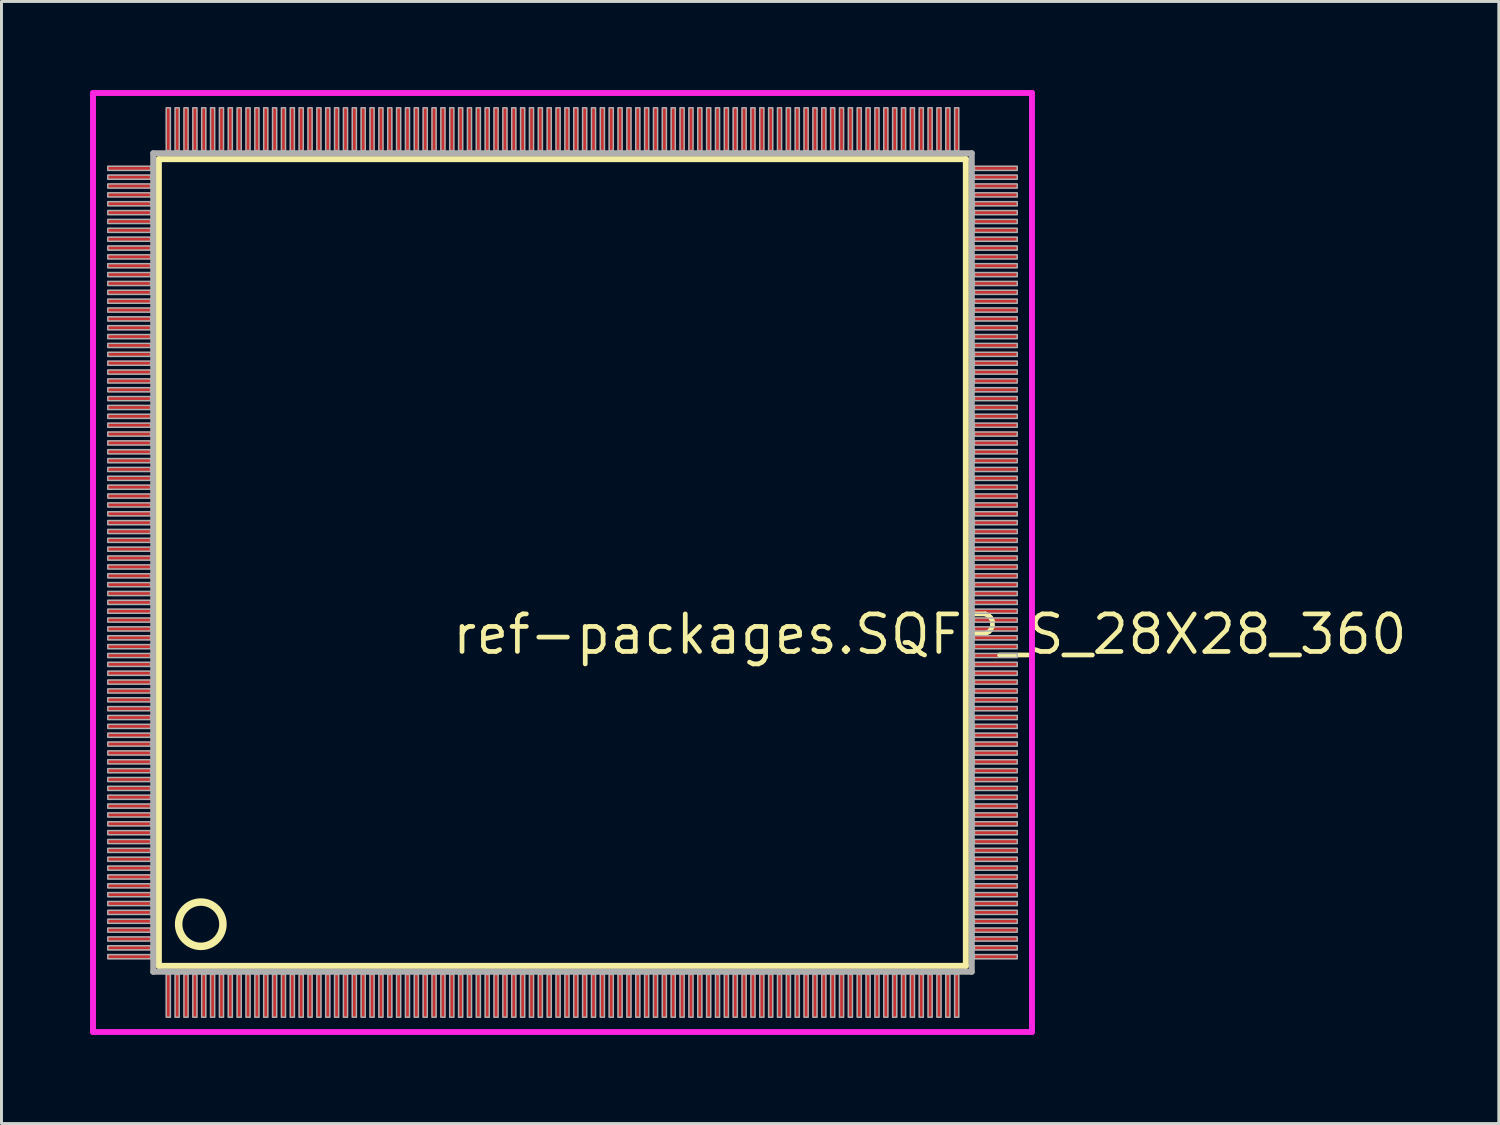
<source format=kicad_pcb>
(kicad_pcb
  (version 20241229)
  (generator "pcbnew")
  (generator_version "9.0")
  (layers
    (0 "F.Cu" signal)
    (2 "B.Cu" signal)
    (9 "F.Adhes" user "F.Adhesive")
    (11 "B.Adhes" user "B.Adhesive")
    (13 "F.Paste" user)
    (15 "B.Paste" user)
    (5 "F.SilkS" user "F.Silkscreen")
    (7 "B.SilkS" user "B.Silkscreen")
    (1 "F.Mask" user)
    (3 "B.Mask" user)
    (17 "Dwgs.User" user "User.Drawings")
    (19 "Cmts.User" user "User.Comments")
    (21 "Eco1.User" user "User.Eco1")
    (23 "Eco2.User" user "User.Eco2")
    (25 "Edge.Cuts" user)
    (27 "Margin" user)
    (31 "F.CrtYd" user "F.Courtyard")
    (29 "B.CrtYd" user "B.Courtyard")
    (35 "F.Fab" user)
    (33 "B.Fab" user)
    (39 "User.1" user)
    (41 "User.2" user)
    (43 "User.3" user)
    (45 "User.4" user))
  (footprint "ref-packages.SQFP_S_28X28_360"
    (layer "F.Cu")
    (at 16 16)
    (property "Reference" "ref-packages.SQFP_S_28X28_360" (at -3.81 3.175 0) (layer "F.SilkS") (effects (font (size 1.27 1.27) (thickness 0.16)) (justify left bottom)))
    (attr smd)
    (fp_line (start -13.67 -13.66) (end 13.66 -13.66) (stroke (width 0.203) (type default)) (layer "F.SilkS"))
    (fp_line (start -13.67 13.66) (end -13.67 -13.66) (stroke (width 0.203) (type default)) (layer "F.SilkS"))
    (fp_line (start 13.66 -13.66) (end 13.66 13.66) (stroke (width 0.203) (type default)) (layer "F.SilkS"))
    (fp_line (start 13.66 13.66) (end -13.67 13.66) (stroke (width 0.203) (type default)) (layer "F.SilkS"))
    (fp_circle (center -12.25 12.25) (end -11.5 12.25) (stroke (width 0.254) (type default)) (fill no) (layer "F.SilkS"))
    (fp_line (start -15.9 -15.9) (end 15.9 -15.9) (stroke (width 0.2) (type default)) (layer "F.CrtYd"))
    (fp_line (start -15.9 15.9) (end -15.9 -15.9) (stroke (width 0.2) (type default)) (layer "F.CrtYd"))
    (fp_line (start 15.9 -15.9) (end 15.9 15.9) (stroke (width 0.2) (type default)) (layer "F.CrtYd"))
    (fp_line (start 15.9 15.9) (end -15.9 15.9) (stroke (width 0.2) (type default)) (layer "F.CrtYd"))
    (fp_line (start -13.86 -13.86) (end -13.86 13.86) (stroke (width 0.203) (type default)) (layer "F.Fab"))
    (fp_line (start -13.86 13.86) (end 13.86 13.86) (stroke (width 0.203) (type default)) (layer "F.Fab"))
    (fp_line (start 13.86 -13.86) (end -13.86 -13.86) (stroke (width 0.203) (type default)) (layer "F.Fab"))
    (fp_line (start 13.86 13.86) (end 13.86 -13.86) (stroke (width 0.203) (type default)) (layer "F.Fab"))
    (fp_rect (start -15.4 -13.28) (end -13.95 -13.42) (stroke (width 0.05) (type default)) (fill no) (layer "F.Fab"))
    (fp_rect (start -15.4 -12.98) (end -13.95 -13.12) (stroke (width 0.05) (type default)) (fill no) (layer "F.Fab"))
    (fp_rect (start -15.4 -12.68) (end -13.95 -12.82) (stroke (width 0.05) (type default)) (fill no) (layer "F.Fab"))
    (fp_rect (start -15.4 -12.38) (end -13.95 -12.52) (stroke (width 0.05) (type default)) (fill no) (layer "F.Fab"))
    (fp_rect (start -15.4 -12.08) (end -13.95 -12.22) (stroke (width 0.05) (type default)) (fill no) (layer "F.Fab"))
    (fp_rect (start -15.4 -11.78) (end -13.95 -11.92) (stroke (width 0.05) (type default)) (fill no) (layer "F.Fab"))
    (fp_rect (start -15.4 -11.48) (end -13.95 -11.62) (stroke (width 0.05) (type default)) (fill no) (layer "F.Fab"))
    (fp_rect (start -15.4 -11.18) (end -13.95 -11.32) (stroke (width 0.05) (type default)) (fill no) (layer "F.Fab"))
    (fp_rect (start -15.4 -10.88) (end -13.95 -11.02) (stroke (width 0.05) (type default)) (fill no) (layer "F.Fab"))
    (fp_rect (start -15.4 -10.58) (end -13.95 -10.72) (stroke (width 0.05) (type default)) (fill no) (layer "F.Fab"))
    (fp_rect (start -15.4 -10.28) (end -13.95 -10.42) (stroke (width 0.05) (type default)) (fill no) (layer "F.Fab"))
    (fp_rect (start -15.4 -9.98) (end -13.95 -10.12) (stroke (width 0.05) (type default)) (fill no) (layer "F.Fab"))
    (fp_rect (start -15.4 -9.68) (end -13.95 -9.82) (stroke (width 0.05) (type default)) (fill no) (layer "F.Fab"))
    (fp_rect (start -15.4 -9.38) (end -13.95 -9.52) (stroke (width 0.05) (type default)) (fill no) (layer "F.Fab"))
    (fp_rect (start -15.4 -9.08) (end -13.95 -9.22) (stroke (width 0.05) (type default)) (fill no) (layer "F.Fab"))
    (fp_rect (start -15.4 -8.78) (end -13.95 -8.92) (stroke (width 0.05) (type default)) (fill no) (layer "F.Fab"))
    (fp_rect (start -15.4 -8.48) (end -13.95 -8.62) (stroke (width 0.05) (type default)) (fill no) (layer "F.Fab"))
    (fp_rect (start -15.4 -8.18) (end -13.95 -8.32) (stroke (width 0.05) (type default)) (fill no) (layer "F.Fab"))
    (fp_rect (start -15.4 -7.88) (end -13.95 -8.02) (stroke (width 0.05) (type default)) (fill no) (layer "F.Fab"))
    (fp_rect (start -15.4 -7.58) (end -13.95 -7.72) (stroke (width 0.05) (type default)) (fill no) (layer "F.Fab"))
    (fp_rect (start -15.4 -7.28) (end -13.95 -7.42) (stroke (width 0.05) (type default)) (fill no) (layer "F.Fab"))
    (fp_rect (start -15.4 -6.98) (end -13.95 -7.12) (stroke (width 0.05) (type default)) (fill no) (layer "F.Fab"))
    (fp_rect (start -15.4 -6.68) (end -13.95 -6.82) (stroke (width 0.05) (type default)) (fill no) (layer "F.Fab"))
    (fp_rect (start -15.4 -6.38) (end -13.95 -6.52) (stroke (width 0.05) (type default)) (fill no) (layer "F.Fab"))
    (fp_rect (start -15.4 -6.08) (end -13.95 -6.22) (stroke (width 0.05) (type default)) (fill no) (layer "F.Fab"))
    (fp_rect (start -15.4 -5.78) (end -13.95 -5.92) (stroke (width 0.05) (type default)) (fill no) (layer "F.Fab"))
    (fp_rect (start -15.4 -5.48) (end -13.95 -5.62) (stroke (width 0.05) (type default)) (fill no) (layer "F.Fab"))
    (fp_rect (start -15.4 -5.18) (end -13.95 -5.32) (stroke (width 0.05) (type default)) (fill no) (layer "F.Fab"))
    (fp_rect (start -15.4 -4.88) (end -13.95 -5.02) (stroke (width 0.05) (type default)) (fill no) (layer "F.Fab"))
    (fp_rect (start -15.4 -4.58) (end -13.95 -4.72) (stroke (width 0.05) (type default)) (fill no) (layer "F.Fab"))
    (fp_rect (start -15.4 -4.28) (end -13.95 -4.42) (stroke (width 0.05) (type default)) (fill no) (layer "F.Fab"))
    (fp_rect (start -15.4 -3.98) (end -13.95 -4.12) (stroke (width 0.05) (type default)) (fill no) (layer "F.Fab"))
    (fp_rect (start -15.4 -3.68) (end -13.95 -3.82) (stroke (width 0.05) (type default)) (fill no) (layer "F.Fab"))
    (fp_rect (start -15.4 -3.38) (end -13.95 -3.52) (stroke (width 0.05) (type default)) (fill no) (layer "F.Fab"))
    (fp_rect (start -15.4 -3.08) (end -13.95 -3.22) (stroke (width 0.05) (type default)) (fill no) (layer "F.Fab"))
    (fp_rect (start -15.4 -2.78) (end -13.95 -2.92) (stroke (width 0.05) (type default)) (fill no) (layer "F.Fab"))
    (fp_rect (start -15.4 -2.48) (end -13.95 -2.62) (stroke (width 0.05) (type default)) (fill no) (layer "F.Fab"))
    (fp_rect (start -15.4 -2.18) (end -13.95 -2.32) (stroke (width 0.05) (type default)) (fill no) (layer "F.Fab"))
    (fp_rect (start -15.4 -1.88) (end -13.95 -2.02) (stroke (width 0.05) (type default)) (fill no) (layer "F.Fab"))
    (fp_rect (start -15.4 -1.58) (end -13.95 -1.72) (stroke (width 0.05) (type default)) (fill no) (layer "F.Fab"))
    (fp_rect (start -15.4 -1.28) (end -13.95 -1.42) (stroke (width 0.05) (type default)) (fill no) (layer "F.Fab"))
    (fp_rect (start -15.4 -0.98) (end -13.95 -1.12) (stroke (width 0.05) (type default)) (fill no) (layer "F.Fab"))
    (fp_rect (start -15.4 -0.68) (end -13.95 -0.82) (stroke (width 0.05) (type default)) (fill no) (layer "F.Fab"))
    (fp_rect (start -15.4 -0.38) (end -13.95 -0.52) (stroke (width 0.05) (type default)) (fill no) (layer "F.Fab"))
    (fp_rect (start -15.4 -0.08) (end -13.95 -0.22) (stroke (width 0.05) (type default)) (fill no) (layer "F.Fab"))
    (fp_rect (start -15.4 0.22) (end -13.95 0.08) (stroke (width 0.05) (type default)) (fill no) (layer "F.Fab"))
    (fp_rect (start -15.4 0.52) (end -13.95 0.38) (stroke (width 0.05) (type default)) (fill no) (layer "F.Fab"))
    (fp_rect (start -15.4 0.82) (end -13.95 0.68) (stroke (width 0.05) (type default)) (fill no) (layer "F.Fab"))
    (fp_rect (start -15.4 1.12) (end -13.95 0.98) (stroke (width 0.05) (type default)) (fill no) (layer "F.Fab"))
    (fp_rect (start -15.4 1.42) (end -13.95 1.28) (stroke (width 0.05) (type default)) (fill no) (layer "F.Fab"))
    (fp_rect (start -15.4 1.72) (end -13.95 1.58) (stroke (width 0.05) (type default)) (fill no) (layer "F.Fab"))
    (fp_rect (start -15.4 2.02) (end -13.95 1.88) (stroke (width 0.05) (type default)) (fill no) (layer "F.Fab"))
    (fp_rect (start -15.4 2.32) (end -13.95 2.18) (stroke (width 0.05) (type default)) (fill no) (layer "F.Fab"))
    (fp_rect (start -15.4 2.62) (end -13.95 2.48) (stroke (width 0.05) (type default)) (fill no) (layer "F.Fab"))
    (fp_rect (start -15.4 2.92) (end -13.95 2.78) (stroke (width 0.05) (type default)) (fill no) (layer "F.Fab"))
    (fp_rect (start -15.4 3.22) (end -13.95 3.08) (stroke (width 0.05) (type default)) (fill no) (layer "F.Fab"))
    (fp_rect (start -15.4 3.52) (end -13.95 3.38) (stroke (width 0.05) (type default)) (fill no) (layer "F.Fab"))
    (fp_rect (start -15.4 3.82) (end -13.95 3.68) (stroke (width 0.05) (type default)) (fill no) (layer "F.Fab"))
    (fp_rect (start -15.4 4.12) (end -13.95 3.98) (stroke (width 0.05) (type default)) (fill no) (layer "F.Fab"))
    (fp_rect (start -15.4 4.42) (end -13.95 4.28) (stroke (width 0.05) (type default)) (fill no) (layer "F.Fab"))
    (fp_rect (start -15.4 4.72) (end -13.95 4.58) (stroke (width 0.05) (type default)) (fill no) (layer "F.Fab"))
    (fp_rect (start -15.4 5.02) (end -13.95 4.88) (stroke (width 0.05) (type default)) (fill no) (layer "F.Fab"))
    (fp_rect (start -15.4 5.32) (end -13.95 5.18) (stroke (width 0.05) (type default)) (fill no) (layer "F.Fab"))
    (fp_rect (start -15.4 5.62) (end -13.95 5.48) (stroke (width 0.05) (type default)) (fill no) (layer "F.Fab"))
    (fp_rect (start -15.4 5.92) (end -13.95 5.78) (stroke (width 0.05) (type default)) (fill no) (layer "F.Fab"))
    (fp_rect (start -15.4 6.22) (end -13.95 6.08) (stroke (width 0.05) (type default)) (fill no) (layer "F.Fab"))
    (fp_rect (start -15.4 6.52) (end -13.95 6.38) (stroke (width 0.05) (type default)) (fill no) (layer "F.Fab"))
    (fp_rect (start -15.4 6.82) (end -13.95 6.68) (stroke (width 0.05) (type default)) (fill no) (layer "F.Fab"))
    (fp_rect (start -15.4 7.12) (end -13.95 6.98) (stroke (width 0.05) (type default)) (fill no) (layer "F.Fab"))
    (fp_rect (start -15.4 7.42) (end -13.95 7.28) (stroke (width 0.05) (type default)) (fill no) (layer "F.Fab"))
    (fp_rect (start -15.4 7.72) (end -13.95 7.58) (stroke (width 0.05) (type default)) (fill no) (layer "F.Fab"))
    (fp_rect (start -15.4 8.02) (end -13.95 7.88) (stroke (width 0.05) (type default)) (fill no) (layer "F.Fab"))
    (fp_rect (start -15.4 8.32) (end -13.95 8.18) (stroke (width 0.05) (type default)) (fill no) (layer "F.Fab"))
    (fp_rect (start -15.4 8.62) (end -13.95 8.48) (stroke (width 0.05) (type default)) (fill no) (layer "F.Fab"))
    (fp_rect (start -15.4 8.92) (end -13.95 8.78) (stroke (width 0.05) (type default)) (fill no) (layer "F.Fab"))
    (fp_rect (start -15.4 9.22) (end -13.95 9.08) (stroke (width 0.05) (type default)) (fill no) (layer "F.Fab"))
    (fp_rect (start -15.4 9.52) (end -13.95 9.38) (stroke (width 0.05) (type default)) (fill no) (layer "F.Fab"))
    (fp_rect (start -15.4 9.82) (end -13.95 9.68) (stroke (width 0.05) (type default)) (fill no) (layer "F.Fab"))
    (fp_rect (start -15.4 10.12) (end -13.95 9.98) (stroke (width 0.05) (type default)) (fill no) (layer "F.Fab"))
    (fp_rect (start -15.4 10.42) (end -13.95 10.28) (stroke (width 0.05) (type default)) (fill no) (layer "F.Fab"))
    (fp_rect (start -15.4 10.72) (end -13.95 10.58) (stroke (width 0.05) (type default)) (fill no) (layer "F.Fab"))
    (fp_rect (start -15.4 11.02) (end -13.95 10.88) (stroke (width 0.05) (type default)) (fill no) (layer "F.Fab"))
    (fp_rect (start -15.4 11.32) (end -13.95 11.18) (stroke (width 0.05) (type default)) (fill no) (layer "F.Fab"))
    (fp_rect (start -15.4 11.62) (end -13.95 11.48) (stroke (width 0.05) (type default)) (fill no) (layer "F.Fab"))
    (fp_rect (start -15.4 11.92) (end -13.95 11.78) (stroke (width 0.05) (type default)) (fill no) (layer "F.Fab"))
    (fp_rect (start -15.4 12.22) (end -13.95 12.08) (stroke (width 0.05) (type default)) (fill no) (layer "F.Fab"))
    (fp_rect (start -15.4 12.52) (end -13.95 12.38) (stroke (width 0.05) (type default)) (fill no) (layer "F.Fab"))
    (fp_rect (start -15.4 12.82) (end -13.95 12.68) (stroke (width 0.05) (type default)) (fill no) (layer "F.Fab"))
    (fp_rect (start -15.4 13.12) (end -13.95 12.98) (stroke (width 0.05) (type default)) (fill no) (layer "F.Fab"))
    (fp_rect (start -15.4 13.42) (end -13.95 13.28) (stroke (width 0.05) (type default)) (fill no) (layer "F.Fab"))
    (fp_rect (start -13.42 -13.95) (end -13.28 -15.4) (stroke (width 0.05) (type default)) (fill no) (layer "F.Fab"))
    (fp_rect (start -13.42 15.4) (end -13.28 13.95) (stroke (width 0.05) (type default)) (fill no) (layer "F.Fab"))
    (fp_rect (start -13.12 -13.95) (end -12.98 -15.4) (stroke (width 0.05) (type default)) (fill no) (layer "F.Fab"))
    (fp_rect (start -13.12 15.4) (end -12.98 13.95) (stroke (width 0.05) (type default)) (fill no) (layer "F.Fab"))
    (fp_rect (start -12.82 -13.95) (end -12.68 -15.4) (stroke (width 0.05) (type default)) (fill no) (layer "F.Fab"))
    (fp_rect (start -12.82 15.4) (end -12.68 13.95) (stroke (width 0.05) (type default)) (fill no) (layer "F.Fab"))
    (fp_rect (start -12.52 -13.95) (end -12.38 -15.4) (stroke (width 0.05) (type default)) (fill no) (layer "F.Fab"))
    (fp_rect (start -12.52 15.4) (end -12.38 13.95) (stroke (width 0.05) (type default)) (fill no) (layer "F.Fab"))
    (fp_rect (start -12.22 -13.95) (end -12.08 -15.4) (stroke (width 0.05) (type default)) (fill no) (layer "F.Fab"))
    (fp_rect (start -12.22 15.4) (end -12.08 13.95) (stroke (width 0.05) (type default)) (fill no) (layer "F.Fab"))
    (fp_rect (start -11.92 -13.95) (end -11.78 -15.4) (stroke (width 0.05) (type default)) (fill no) (layer "F.Fab"))
    (fp_rect (start -11.92 15.4) (end -11.78 13.95) (stroke (width 0.05) (type default)) (fill no) (layer "F.Fab"))
    (fp_rect (start -11.62 -13.95) (end -11.48 -15.4) (stroke (width 0.05) (type default)) (fill no) (layer "F.Fab"))
    (fp_rect (start -11.62 15.4) (end -11.48 13.95) (stroke (width 0.05) (type default)) (fill no) (layer "F.Fab"))
    (fp_rect (start -11.32 -13.95) (end -11.18 -15.4) (stroke (width 0.05) (type default)) (fill no) (layer "F.Fab"))
    (fp_rect (start -11.32 15.4) (end -11.18 13.95) (stroke (width 0.05) (type default)) (fill no) (layer "F.Fab"))
    (fp_rect (start -11.02 -13.95) (end -10.88 -15.4) (stroke (width 0.05) (type default)) (fill no) (layer "F.Fab"))
    (fp_rect (start -11.02 15.4) (end -10.88 13.95) (stroke (width 0.05) (type default)) (fill no) (layer "F.Fab"))
    (fp_rect (start -10.72 -13.95) (end -10.58 -15.4) (stroke (width 0.05) (type default)) (fill no) (layer "F.Fab"))
    (fp_rect (start -10.72 15.4) (end -10.58 13.95) (stroke (width 0.05) (type default)) (fill no) (layer "F.Fab"))
    (fp_rect (start -10.42 -13.95) (end -10.28 -15.4) (stroke (width 0.05) (type default)) (fill no) (layer "F.Fab"))
    (fp_rect (start -10.42 15.4) (end -10.28 13.95) (stroke (width 0.05) (type default)) (fill no) (layer "F.Fab"))
    (fp_rect (start -10.12 -13.95) (end -9.98 -15.4) (stroke (width 0.05) (type default)) (fill no) (layer "F.Fab"))
    (fp_rect (start -10.12 15.4) (end -9.98 13.95) (stroke (width 0.05) (type default)) (fill no) (layer "F.Fab"))
    (fp_rect (start -9.82 -13.95) (end -9.68 -15.4) (stroke (width 0.05) (type default)) (fill no) (layer "F.Fab"))
    (fp_rect (start -9.82 15.4) (end -9.68 13.95) (stroke (width 0.05) (type default)) (fill no) (layer "F.Fab"))
    (fp_rect (start -9.52 -13.95) (end -9.38 -15.4) (stroke (width 0.05) (type default)) (fill no) (layer "F.Fab"))
    (fp_rect (start -9.52 15.4) (end -9.38 13.95) (stroke (width 0.05) (type default)) (fill no) (layer "F.Fab"))
    (fp_rect (start -9.22 -13.95) (end -9.08 -15.4) (stroke (width 0.05) (type default)) (fill no) (layer "F.Fab"))
    (fp_rect (start -9.22 15.4) (end -9.08 13.95) (stroke (width 0.05) (type default)) (fill no) (layer "F.Fab"))
    (fp_rect (start -8.92 -13.95) (end -8.78 -15.4) (stroke (width 0.05) (type default)) (fill no) (layer "F.Fab"))
    (fp_rect (start -8.92 15.4) (end -8.78 13.95) (stroke (width 0.05) (type default)) (fill no) (layer "F.Fab"))
    (fp_rect (start -8.62 -13.95) (end -8.48 -15.4) (stroke (width 0.05) (type default)) (fill no) (layer "F.Fab"))
    (fp_rect (start -8.62 15.4) (end -8.48 13.95) (stroke (width 0.05) (type default)) (fill no) (layer "F.Fab"))
    (fp_rect (start -8.32 -13.95) (end -8.18 -15.4) (stroke (width 0.05) (type default)) (fill no) (layer "F.Fab"))
    (fp_rect (start -8.32 15.4) (end -8.18 13.95) (stroke (width 0.05) (type default)) (fill no) (layer "F.Fab"))
    (fp_rect (start -8.02 -13.95) (end -7.88 -15.4) (stroke (width 0.05) (type default)) (fill no) (layer "F.Fab"))
    (fp_rect (start -8.02 15.4) (end -7.88 13.95) (stroke (width 0.05) (type default)) (fill no) (layer "F.Fab"))
    (fp_rect (start -7.72 -13.95) (end -7.58 -15.4) (stroke (width 0.05) (type default)) (fill no) (layer "F.Fab"))
    (fp_rect (start -7.72 15.4) (end -7.58 13.95) (stroke (width 0.05) (type default)) (fill no) (layer "F.Fab"))
    (fp_rect (start -7.42 -13.95) (end -7.28 -15.4) (stroke (width 0.05) (type default)) (fill no) (layer "F.Fab"))
    (fp_rect (start -7.42 15.4) (end -7.28 13.95) (stroke (width 0.05) (type default)) (fill no) (layer "F.Fab"))
    (fp_rect (start -7.12 -13.95) (end -6.98 -15.4) (stroke (width 0.05) (type default)) (fill no) (layer "F.Fab"))
    (fp_rect (start -7.12 15.4) (end -6.98 13.95) (stroke (width 0.05) (type default)) (fill no) (layer "F.Fab"))
    (fp_rect (start -6.82 -13.95) (end -6.68 -15.4) (stroke (width 0.05) (type default)) (fill no) (layer "F.Fab"))
    (fp_rect (start -6.82 15.4) (end -6.68 13.95) (stroke (width 0.05) (type default)) (fill no) (layer "F.Fab"))
    (fp_rect (start -6.52 -13.95) (end -6.38 -15.4) (stroke (width 0.05) (type default)) (fill no) (layer "F.Fab"))
    (fp_rect (start -6.52 15.4) (end -6.38 13.95) (stroke (width 0.05) (type default)) (fill no) (layer "F.Fab"))
    (fp_rect (start -6.22 -13.95) (end -6.08 -15.4) (stroke (width 0.05) (type default)) (fill no) (layer "F.Fab"))
    (fp_rect (start -6.22 15.4) (end -6.08 13.95) (stroke (width 0.05) (type default)) (fill no) (layer "F.Fab"))
    (fp_rect (start -5.92 -13.95) (end -5.78 -15.4) (stroke (width 0.05) (type default)) (fill no) (layer "F.Fab"))
    (fp_rect (start -5.92 15.4) (end -5.78 13.95) (stroke (width 0.05) (type default)) (fill no) (layer "F.Fab"))
    (fp_rect (start -5.62 -13.95) (end -5.48 -15.4) (stroke (width 0.05) (type default)) (fill no) (layer "F.Fab"))
    (fp_rect (start -5.62 15.4) (end -5.48 13.95) (stroke (width 0.05) (type default)) (fill no) (layer "F.Fab"))
    (fp_rect (start -5.32 -13.95) (end -5.18 -15.4) (stroke (width 0.05) (type default)) (fill no) (layer "F.Fab"))
    (fp_rect (start -5.32 15.4) (end -5.18 13.95) (stroke (width 0.05) (type default)) (fill no) (layer "F.Fab"))
    (fp_rect (start -5.02 -13.95) (end -4.88 -15.4) (stroke (width 0.05) (type default)) (fill no) (layer "F.Fab"))
    (fp_rect (start -5.02 15.4) (end -4.88 13.95) (stroke (width 0.05) (type default)) (fill no) (layer "F.Fab"))
    (fp_rect (start -4.72 -13.95) (end -4.58 -15.4) (stroke (width 0.05) (type default)) (fill no) (layer "F.Fab"))
    (fp_rect (start -4.72 15.4) (end -4.58 13.95) (stroke (width 0.05) (type default)) (fill no) (layer "F.Fab"))
    (fp_rect (start -4.42 -13.95) (end -4.28 -15.4) (stroke (width 0.05) (type default)) (fill no) (layer "F.Fab"))
    (fp_rect (start -4.42 15.4) (end -4.28 13.95) (stroke (width 0.05) (type default)) (fill no) (layer "F.Fab"))
    (fp_rect (start -4.12 -13.95) (end -3.98 -15.4) (stroke (width 0.05) (type default)) (fill no) (layer "F.Fab"))
    (fp_rect (start -4.12 15.4) (end -3.98 13.95) (stroke (width 0.05) (type default)) (fill no) (layer "F.Fab"))
    (fp_rect (start -3.82 -13.95) (end -3.68 -15.4) (stroke (width 0.05) (type default)) (fill no) (layer "F.Fab"))
    (fp_rect (start -3.82 15.4) (end -3.68 13.95) (stroke (width 0.05) (type default)) (fill no) (layer "F.Fab"))
    (fp_rect (start -3.52 -13.95) (end -3.38 -15.4) (stroke (width 0.05) (type default)) (fill no) (layer "F.Fab"))
    (fp_rect (start -3.52 15.4) (end -3.38 13.95) (stroke (width 0.05) (type default)) (fill no) (layer "F.Fab"))
    (fp_rect (start -3.22 -13.95) (end -3.08 -15.4) (stroke (width 0.05) (type default)) (fill no) (layer "F.Fab"))
    (fp_rect (start -3.22 15.4) (end -3.08 13.95) (stroke (width 0.05) (type default)) (fill no) (layer "F.Fab"))
    (fp_rect (start -2.92 -13.95) (end -2.78 -15.4) (stroke (width 0.05) (type default)) (fill no) (layer "F.Fab"))
    (fp_rect (start -2.92 15.4) (end -2.78 13.95) (stroke (width 0.05) (type default)) (fill no) (layer "F.Fab"))
    (fp_rect (start -2.62 -13.95) (end -2.48 -15.4) (stroke (width 0.05) (type default)) (fill no) (layer "F.Fab"))
    (fp_rect (start -2.62 15.4) (end -2.48 13.95) (stroke (width 0.05) (type default)) (fill no) (layer "F.Fab"))
    (fp_rect (start -2.32 -13.95) (end -2.18 -15.4) (stroke (width 0.05) (type default)) (fill no) (layer "F.Fab"))
    (fp_rect (start -2.32 15.4) (end -2.18 13.95) (stroke (width 0.05) (type default)) (fill no) (layer "F.Fab"))
    (fp_rect (start -2.02 -13.95) (end -1.88 -15.4) (stroke (width 0.05) (type default)) (fill no) (layer "F.Fab"))
    (fp_rect (start -2.02 15.4) (end -1.88 13.95) (stroke (width 0.05) (type default)) (fill no) (layer "F.Fab"))
    (fp_rect (start -1.72 -13.95) (end -1.58 -15.4) (stroke (width 0.05) (type default)) (fill no) (layer "F.Fab"))
    (fp_rect (start -1.72 15.4) (end -1.58 13.95) (stroke (width 0.05) (type default)) (fill no) (layer "F.Fab"))
    (fp_rect (start -1.42 -13.95) (end -1.28 -15.4) (stroke (width 0.05) (type default)) (fill no) (layer "F.Fab"))
    (fp_rect (start -1.42 15.4) (end -1.28 13.95) (stroke (width 0.05) (type default)) (fill no) (layer "F.Fab"))
    (fp_rect (start -1.12 -13.95) (end -0.98 -15.4) (stroke (width 0.05) (type default)) (fill no) (layer "F.Fab"))
    (fp_rect (start -1.12 15.4) (end -0.98 13.95) (stroke (width 0.05) (type default)) (fill no) (layer "F.Fab"))
    (fp_rect (start -0.82 -13.95) (end -0.68 -15.4) (stroke (width 0.05) (type default)) (fill no) (layer "F.Fab"))
    (fp_rect (start -0.82 15.4) (end -0.68 13.95) (stroke (width 0.05) (type default)) (fill no) (layer "F.Fab"))
    (fp_rect (start -0.52 -13.95) (end -0.38 -15.4) (stroke (width 0.05) (type default)) (fill no) (layer "F.Fab"))
    (fp_rect (start -0.52 15.4) (end -0.38 13.95) (stroke (width 0.05) (type default)) (fill no) (layer "F.Fab"))
    (fp_rect (start -0.22 -13.95) (end -0.08 -15.4) (stroke (width 0.05) (type default)) (fill no) (layer "F.Fab"))
    (fp_rect (start -0.22 15.4) (end -0.08 13.95) (stroke (width 0.05) (type default)) (fill no) (layer "F.Fab"))
    (fp_rect (start 0.08 -13.95) (end 0.22 -15.4) (stroke (width 0.05) (type default)) (fill no) (layer "F.Fab"))
    (fp_rect (start 0.08 15.4) (end 0.22 13.95) (stroke (width 0.05) (type default)) (fill no) (layer "F.Fab"))
    (fp_rect (start 0.38 -13.95) (end 0.52 -15.4) (stroke (width 0.05) (type default)) (fill no) (layer "F.Fab"))
    (fp_rect (start 0.38 15.4) (end 0.52 13.95) (stroke (width 0.05) (type default)) (fill no) (layer "F.Fab"))
    (fp_rect (start 0.68 -13.95) (end 0.82 -15.4) (stroke (width 0.05) (type default)) (fill no) (layer "F.Fab"))
    (fp_rect (start 0.68 15.4) (end 0.82 13.95) (stroke (width 0.05) (type default)) (fill no) (layer "F.Fab"))
    (fp_rect (start 0.98 -13.95) (end 1.12 -15.4) (stroke (width 0.05) (type default)) (fill no) (layer "F.Fab"))
    (fp_rect (start 0.98 15.4) (end 1.12 13.95) (stroke (width 0.05) (type default)) (fill no) (layer "F.Fab"))
    (fp_rect (start 1.28 -13.95) (end 1.42 -15.4) (stroke (width 0.05) (type default)) (fill no) (layer "F.Fab"))
    (fp_rect (start 1.28 15.4) (end 1.42 13.95) (stroke (width 0.05) (type default)) (fill no) (layer "F.Fab"))
    (fp_rect (start 1.58 -13.95) (end 1.72 -15.4) (stroke (width 0.05) (type default)) (fill no) (layer "F.Fab"))
    (fp_rect (start 1.58 15.4) (end 1.72 13.95) (stroke (width 0.05) (type default)) (fill no) (layer "F.Fab"))
    (fp_rect (start 1.88 -13.95) (end 2.02 -15.4) (stroke (width 0.05) (type default)) (fill no) (layer "F.Fab"))
    (fp_rect (start 1.88 15.4) (end 2.02 13.95) (stroke (width 0.05) (type default)) (fill no) (layer "F.Fab"))
    (fp_rect (start 2.18 -13.95) (end 2.32 -15.4) (stroke (width 0.05) (type default)) (fill no) (layer "F.Fab"))
    (fp_rect (start 2.18 15.4) (end 2.32 13.95) (stroke (width 0.05) (type default)) (fill no) (layer "F.Fab"))
    (fp_rect (start 2.48 -13.95) (end 2.62 -15.4) (stroke (width 0.05) (type default)) (fill no) (layer "F.Fab"))
    (fp_rect (start 2.48 15.4) (end 2.62 13.95) (stroke (width 0.05) (type default)) (fill no) (layer "F.Fab"))
    (fp_rect (start 2.78 -13.95) (end 2.92 -15.4) (stroke (width 0.05) (type default)) (fill no) (layer "F.Fab"))
    (fp_rect (start 2.78 15.4) (end 2.92 13.95) (stroke (width 0.05) (type default)) (fill no) (layer "F.Fab"))
    (fp_rect (start 3.08 -13.95) (end 3.22 -15.4) (stroke (width 0.05) (type default)) (fill no) (layer "F.Fab"))
    (fp_rect (start 3.08 15.4) (end 3.22 13.95) (stroke (width 0.05) (type default)) (fill no) (layer "F.Fab"))
    (fp_rect (start 3.38 -13.95) (end 3.52 -15.4) (stroke (width 0.05) (type default)) (fill no) (layer "F.Fab"))
    (fp_rect (start 3.38 15.4) (end 3.52 13.95) (stroke (width 0.05) (type default)) (fill no) (layer "F.Fab"))
    (fp_rect (start 3.68 -13.95) (end 3.82 -15.4) (stroke (width 0.05) (type default)) (fill no) (layer "F.Fab"))
    (fp_rect (start 3.68 15.4) (end 3.82 13.95) (stroke (width 0.05) (type default)) (fill no) (layer "F.Fab"))
    (fp_rect (start 3.98 -13.95) (end 4.12 -15.4) (stroke (width 0.05) (type default)) (fill no) (layer "F.Fab"))
    (fp_rect (start 3.98 15.4) (end 4.12 13.95) (stroke (width 0.05) (type default)) (fill no) (layer "F.Fab"))
    (fp_rect (start 4.28 -13.95) (end 4.42 -15.4) (stroke (width 0.05) (type default)) (fill no) (layer "F.Fab"))
    (fp_rect (start 4.28 15.4) (end 4.42 13.95) (stroke (width 0.05) (type default)) (fill no) (layer "F.Fab"))
    (fp_rect (start 4.58 -13.95) (end 4.72 -15.4) (stroke (width 0.05) (type default)) (fill no) (layer "F.Fab"))
    (fp_rect (start 4.58 15.4) (end 4.72 13.95) (stroke (width 0.05) (type default)) (fill no) (layer "F.Fab"))
    (fp_rect (start 4.88 -13.95) (end 5.02 -15.4) (stroke (width 0.05) (type default)) (fill no) (layer "F.Fab"))
    (fp_rect (start 4.88 15.4) (end 5.02 13.95) (stroke (width 0.05) (type default)) (fill no) (layer "F.Fab"))
    (fp_rect (start 5.18 -13.95) (end 5.32 -15.4) (stroke (width 0.05) (type default)) (fill no) (layer "F.Fab"))
    (fp_rect (start 5.18 15.4) (end 5.32 13.95) (stroke (width 0.05) (type default)) (fill no) (layer "F.Fab"))
    (fp_rect (start 5.48 -13.95) (end 5.62 -15.4) (stroke (width 0.05) (type default)) (fill no) (layer "F.Fab"))
    (fp_rect (start 5.48 15.4) (end 5.62 13.95) (stroke (width 0.05) (type default)) (fill no) (layer "F.Fab"))
    (fp_rect (start 5.78 -13.95) (end 5.92 -15.4) (stroke (width 0.05) (type default)) (fill no) (layer "F.Fab"))
    (fp_rect (start 5.78 15.4) (end 5.92 13.95) (stroke (width 0.05) (type default)) (fill no) (layer "F.Fab"))
    (fp_rect (start 6.08 -13.95) (end 6.22 -15.4) (stroke (width 0.05) (type default)) (fill no) (layer "F.Fab"))
    (fp_rect (start 6.08 15.4) (end 6.22 13.95) (stroke (width 0.05) (type default)) (fill no) (layer "F.Fab"))
    (fp_rect (start 6.38 -13.95) (end 6.52 -15.4) (stroke (width 0.05) (type default)) (fill no) (layer "F.Fab"))
    (fp_rect (start 6.38 15.4) (end 6.52 13.95) (stroke (width 0.05) (type default)) (fill no) (layer "F.Fab"))
    (fp_rect (start 6.68 -13.95) (end 6.82 -15.4) (stroke (width 0.05) (type default)) (fill no) (layer "F.Fab"))
    (fp_rect (start 6.68 15.4) (end 6.82 13.95) (stroke (width 0.05) (type default)) (fill no) (layer "F.Fab"))
    (fp_rect (start 6.98 -13.95) (end 7.12 -15.4) (stroke (width 0.05) (type default)) (fill no) (layer "F.Fab"))
    (fp_rect (start 6.98 15.4) (end 7.12 13.95) (stroke (width 0.05) (type default)) (fill no) (layer "F.Fab"))
    (fp_rect (start 7.28 -13.95) (end 7.42 -15.4) (stroke (width 0.05) (type default)) (fill no) (layer "F.Fab"))
    (fp_rect (start 7.28 15.4) (end 7.42 13.95) (stroke (width 0.05) (type default)) (fill no) (layer "F.Fab"))
    (fp_rect (start 7.58 -13.95) (end 7.72 -15.4) (stroke (width 0.05) (type default)) (fill no) (layer "F.Fab"))
    (fp_rect (start 7.58 15.4) (end 7.72 13.95) (stroke (width 0.05) (type default)) (fill no) (layer "F.Fab"))
    (fp_rect (start 7.88 -13.95) (end 8.02 -15.4) (stroke (width 0.05) (type default)) (fill no) (layer "F.Fab"))
    (fp_rect (start 7.88 15.4) (end 8.02 13.95) (stroke (width 0.05) (type default)) (fill no) (layer "F.Fab"))
    (fp_rect (start 8.18 -13.95) (end 8.32 -15.4) (stroke (width 0.05) (type default)) (fill no) (layer "F.Fab"))
    (fp_rect (start 8.18 15.4) (end 8.32 13.95) (stroke (width 0.05) (type default)) (fill no) (layer "F.Fab"))
    (fp_rect (start 8.48 -13.95) (end 8.62 -15.4) (stroke (width 0.05) (type default)) (fill no) (layer "F.Fab"))
    (fp_rect (start 8.48 15.4) (end 8.62 13.95) (stroke (width 0.05) (type default)) (fill no) (layer "F.Fab"))
    (fp_rect (start 8.78 -13.95) (end 8.92 -15.4) (stroke (width 0.05) (type default)) (fill no) (layer "F.Fab"))
    (fp_rect (start 8.78 15.4) (end 8.92 13.95) (stroke (width 0.05) (type default)) (fill no) (layer "F.Fab"))
    (fp_rect (start 9.08 -13.95) (end 9.22 -15.4) (stroke (width 0.05) (type default)) (fill no) (layer "F.Fab"))
    (fp_rect (start 9.08 15.4) (end 9.22 13.95) (stroke (width 0.05) (type default)) (fill no) (layer "F.Fab"))
    (fp_rect (start 9.38 -13.95) (end 9.52 -15.4) (stroke (width 0.05) (type default)) (fill no) (layer "F.Fab"))
    (fp_rect (start 9.38 15.4) (end 9.52 13.95) (stroke (width 0.05) (type default)) (fill no) (layer "F.Fab"))
    (fp_rect (start 9.68 -13.95) (end 9.82 -15.4) (stroke (width 0.05) (type default)) (fill no) (layer "F.Fab"))
    (fp_rect (start 9.68 15.4) (end 9.82 13.95) (stroke (width 0.05) (type default)) (fill no) (layer "F.Fab"))
    (fp_rect (start 9.98 -13.95) (end 10.12 -15.4) (stroke (width 0.05) (type default)) (fill no) (layer "F.Fab"))
    (fp_rect (start 9.98 15.4) (end 10.12 13.95) (stroke (width 0.05) (type default)) (fill no) (layer "F.Fab"))
    (fp_rect (start 10.28 -13.95) (end 10.42 -15.4) (stroke (width 0.05) (type default)) (fill no) (layer "F.Fab"))
    (fp_rect (start 10.28 15.4) (end 10.42 13.95) (stroke (width 0.05) (type default)) (fill no) (layer "F.Fab"))
    (fp_rect (start 10.58 -13.95) (end 10.72 -15.4) (stroke (width 0.05) (type default)) (fill no) (layer "F.Fab"))
    (fp_rect (start 10.58 15.4) (end 10.72 13.95) (stroke (width 0.05) (type default)) (fill no) (layer "F.Fab"))
    (fp_rect (start 10.88 -13.95) (end 11.02 -15.4) (stroke (width 0.05) (type default)) (fill no) (layer "F.Fab"))
    (fp_rect (start 10.88 15.4) (end 11.02 13.95) (stroke (width 0.05) (type default)) (fill no) (layer "F.Fab"))
    (fp_rect (start 11.18 -13.95) (end 11.32 -15.4) (stroke (width 0.05) (type default)) (fill no) (layer "F.Fab"))
    (fp_rect (start 11.18 15.4) (end 11.32 13.95) (stroke (width 0.05) (type default)) (fill no) (layer "F.Fab"))
    (fp_rect (start 11.48 -13.95) (end 11.62 -15.4) (stroke (width 0.05) (type default)) (fill no) (layer "F.Fab"))
    (fp_rect (start 11.48 15.4) (end 11.62 13.95) (stroke (width 0.05) (type default)) (fill no) (layer "F.Fab"))
    (fp_rect (start 11.78 -13.95) (end 11.92 -15.4) (stroke (width 0.05) (type default)) (fill no) (layer "F.Fab"))
    (fp_rect (start 11.78 15.4) (end 11.92 13.95) (stroke (width 0.05) (type default)) (fill no) (layer "F.Fab"))
    (fp_rect (start 12.08 -13.95) (end 12.22 -15.4) (stroke (width 0.05) (type default)) (fill no) (layer "F.Fab"))
    (fp_rect (start 12.08 15.4) (end 12.22 13.95) (stroke (width 0.05) (type default)) (fill no) (layer "F.Fab"))
    (fp_rect (start 12.38 -13.95) (end 12.52 -15.4) (stroke (width 0.05) (type default)) (fill no) (layer "F.Fab"))
    (fp_rect (start 12.38 15.4) (end 12.52 13.95) (stroke (width 0.05) (type default)) (fill no) (layer "F.Fab"))
    (fp_rect (start 12.68 -13.95) (end 12.82 -15.4) (stroke (width 0.05) (type default)) (fill no) (layer "F.Fab"))
    (fp_rect (start 12.68 15.4) (end 12.82 13.95) (stroke (width 0.05) (type default)) (fill no) (layer "F.Fab"))
    (fp_rect (start 12.98 -13.95) (end 13.12 -15.4) (stroke (width 0.05) (type default)) (fill no) (layer "F.Fab"))
    (fp_rect (start 12.98 15.4) (end 13.12 13.95) (stroke (width 0.05) (type default)) (fill no) (layer "F.Fab"))
    (fp_rect (start 13.28 -13.95) (end 13.42 -15.4) (stroke (width 0.05) (type default)) (fill no) (layer "F.Fab"))
    (fp_rect (start 13.28 15.4) (end 13.42 13.95) (stroke (width 0.05) (type default)) (fill no) (layer "F.Fab"))
    (fp_rect (start 13.95 -13.28) (end 15.4 -13.42) (stroke (width 0.05) (type default)) (fill no) (layer "F.Fab"))
    (fp_rect (start 13.95 -12.98) (end 15.4 -13.12) (stroke (width 0.05) (type default)) (fill no) (layer "F.Fab"))
    (fp_rect (start 13.95 -12.68) (end 15.4 -12.82) (stroke (width 0.05) (type default)) (fill no) (layer "F.Fab"))
    (fp_rect (start 13.95 -12.38) (end 15.4 -12.52) (stroke (width 0.05) (type default)) (fill no) (layer "F.Fab"))
    (fp_rect (start 13.95 -12.08) (end 15.4 -12.22) (stroke (width 0.05) (type default)) (fill no) (layer "F.Fab"))
    (fp_rect (start 13.95 -11.78) (end 15.4 -11.92) (stroke (width 0.05) (type default)) (fill no) (layer "F.Fab"))
    (fp_rect (start 13.95 -11.48) (end 15.4 -11.62) (stroke (width 0.05) (type default)) (fill no) (layer "F.Fab"))
    (fp_rect (start 13.95 -11.18) (end 15.4 -11.32) (stroke (width 0.05) (type default)) (fill no) (layer "F.Fab"))
    (fp_rect (start 13.95 -10.88) (end 15.4 -11.02) (stroke (width 0.05) (type default)) (fill no) (layer "F.Fab"))
    (fp_rect (start 13.95 -10.58) (end 15.4 -10.72) (stroke (width 0.05) (type default)) (fill no) (layer "F.Fab"))
    (fp_rect (start 13.95 -10.28) (end 15.4 -10.42) (stroke (width 0.05) (type default)) (fill no) (layer "F.Fab"))
    (fp_rect (start 13.95 -9.98) (end 15.4 -10.12) (stroke (width 0.05) (type default)) (fill no) (layer "F.Fab"))
    (fp_rect (start 13.95 -9.68) (end 15.4 -9.82) (stroke (width 0.05) (type default)) (fill no) (layer "F.Fab"))
    (fp_rect (start 13.95 -9.38) (end 15.4 -9.52) (stroke (width 0.05) (type default)) (fill no) (layer "F.Fab"))
    (fp_rect (start 13.95 -9.08) (end 15.4 -9.22) (stroke (width 0.05) (type default)) (fill no) (layer "F.Fab"))
    (fp_rect (start 13.95 -8.78) (end 15.4 -8.92) (stroke (width 0.05) (type default)) (fill no) (layer "F.Fab"))
    (fp_rect (start 13.95 -8.48) (end 15.4 -8.62) (stroke (width 0.05) (type default)) (fill no) (layer "F.Fab"))
    (fp_rect (start 13.95 -8.18) (end 15.4 -8.32) (stroke (width 0.05) (type default)) (fill no) (layer "F.Fab"))
    (fp_rect (start 13.95 -7.88) (end 15.4 -8.02) (stroke (width 0.05) (type default)) (fill no) (layer "F.Fab"))
    (fp_rect (start 13.95 -7.58) (end 15.4 -7.72) (stroke (width 0.05) (type default)) (fill no) (layer "F.Fab"))
    (fp_rect (start 13.95 -7.28) (end 15.4 -7.42) (stroke (width 0.05) (type default)) (fill no) (layer "F.Fab"))
    (fp_rect (start 13.95 -6.98) (end 15.4 -7.12) (stroke (width 0.05) (type default)) (fill no) (layer "F.Fab"))
    (fp_rect (start 13.95 -6.68) (end 15.4 -6.82) (stroke (width 0.05) (type default)) (fill no) (layer "F.Fab"))
    (fp_rect (start 13.95 -6.38) (end 15.4 -6.52) (stroke (width 0.05) (type default)) (fill no) (layer "F.Fab"))
    (fp_rect (start 13.95 -6.08) (end 15.4 -6.22) (stroke (width 0.05) (type default)) (fill no) (layer "F.Fab"))
    (fp_rect (start 13.95 -5.78) (end 15.4 -5.92) (stroke (width 0.05) (type default)) (fill no) (layer "F.Fab"))
    (fp_rect (start 13.95 -5.48) (end 15.4 -5.62) (stroke (width 0.05) (type default)) (fill no) (layer "F.Fab"))
    (fp_rect (start 13.95 -5.18) (end 15.4 -5.32) (stroke (width 0.05) (type default)) (fill no) (layer "F.Fab"))
    (fp_rect (start 13.95 -4.88) (end 15.4 -5.02) (stroke (width 0.05) (type default)) (fill no) (layer "F.Fab"))
    (fp_rect (start 13.95 -4.58) (end 15.4 -4.72) (stroke (width 0.05) (type default)) (fill no) (layer "F.Fab"))
    (fp_rect (start 13.95 -4.28) (end 15.4 -4.42) (stroke (width 0.05) (type default)) (fill no) (layer "F.Fab"))
    (fp_rect (start 13.95 -3.98) (end 15.4 -4.12) (stroke (width 0.05) (type default)) (fill no) (layer "F.Fab"))
    (fp_rect (start 13.95 -3.68) (end 15.4 -3.82) (stroke (width 0.05) (type default)) (fill no) (layer "F.Fab"))
    (fp_rect (start 13.95 -3.38) (end 15.4 -3.52) (stroke (width 0.05) (type default)) (fill no) (layer "F.Fab"))
    (fp_rect (start 13.95 -3.08) (end 15.4 -3.22) (stroke (width 0.05) (type default)) (fill no) (layer "F.Fab"))
    (fp_rect (start 13.95 -2.78) (end 15.4 -2.92) (stroke (width 0.05) (type default)) (fill no) (layer "F.Fab"))
    (fp_rect (start 13.95 -2.48) (end 15.4 -2.62) (stroke (width 0.05) (type default)) (fill no) (layer "F.Fab"))
    (fp_rect (start 13.95 -2.18) (end 15.4 -2.32) (stroke (width 0.05) (type default)) (fill no) (layer "F.Fab"))
    (fp_rect (start 13.95 -1.88) (end 15.4 -2.02) (stroke (width 0.05) (type default)) (fill no) (layer "F.Fab"))
    (fp_rect (start 13.95 -1.58) (end 15.4 -1.72) (stroke (width 0.05) (type default)) (fill no) (layer "F.Fab"))
    (fp_rect (start 13.95 -1.28) (end 15.4 -1.42) (stroke (width 0.05) (type default)) (fill no) (layer "F.Fab"))
    (fp_rect (start 13.95 -0.98) (end 15.4 -1.12) (stroke (width 0.05) (type default)) (fill no) (layer "F.Fab"))
    (fp_rect (start 13.95 -0.68) (end 15.4 -0.82) (stroke (width 0.05) (type default)) (fill no) (layer "F.Fab"))
    (fp_rect (start 13.95 -0.38) (end 15.4 -0.52) (stroke (width 0.05) (type default)) (fill no) (layer "F.Fab"))
    (fp_rect (start 13.95 -0.08) (end 15.4 -0.22) (stroke (width 0.05) (type default)) (fill no) (layer "F.Fab"))
    (fp_rect (start 13.95 0.22) (end 15.4 0.08) (stroke (width 0.05) (type default)) (fill no) (layer "F.Fab"))
    (fp_rect (start 13.95 0.52) (end 15.4 0.38) (stroke (width 0.05) (type default)) (fill no) (layer "F.Fab"))
    (fp_rect (start 13.95 0.82) (end 15.4 0.68) (stroke (width 0.05) (type default)) (fill no) (layer "F.Fab"))
    (fp_rect (start 13.95 1.12) (end 15.4 0.98) (stroke (width 0.05) (type default)) (fill no) (layer "F.Fab"))
    (fp_rect (start 13.95 1.42) (end 15.4 1.28) (stroke (width 0.05) (type default)) (fill no) (layer "F.Fab"))
    (fp_rect (start 13.95 1.72) (end 15.4 1.58) (stroke (width 0.05) (type default)) (fill no) (layer "F.Fab"))
    (fp_rect (start 13.95 2.02) (end 15.4 1.88) (stroke (width 0.05) (type default)) (fill no) (layer "F.Fab"))
    (fp_rect (start 13.95 2.32) (end 15.4 2.18) (stroke (width 0.05) (type default)) (fill no) (layer "F.Fab"))
    (fp_rect (start 13.95 2.62) (end 15.4 2.48) (stroke (width 0.05) (type default)) (fill no) (layer "F.Fab"))
    (fp_rect (start 13.95 2.92) (end 15.4 2.78) (stroke (width 0.05) (type default)) (fill no) (layer "F.Fab"))
    (fp_rect (start 13.95 3.22) (end 15.4 3.08) (stroke (width 0.05) (type default)) (fill no) (layer "F.Fab"))
    (fp_rect (start 13.95 3.52) (end 15.4 3.38) (stroke (width 0.05) (type default)) (fill no) (layer "F.Fab"))
    (fp_rect (start 13.95 3.82) (end 15.4 3.68) (stroke (width 0.05) (type default)) (fill no) (layer "F.Fab"))
    (fp_rect (start 13.95 4.12) (end 15.4 3.98) (stroke (width 0.05) (type default)) (fill no) (layer "F.Fab"))
    (fp_rect (start 13.95 4.42) (end 15.4 4.28) (stroke (width 0.05) (type default)) (fill no) (layer "F.Fab"))
    (fp_rect (start 13.95 4.72) (end 15.4 4.58) (stroke (width 0.05) (type default)) (fill no) (layer "F.Fab"))
    (fp_rect (start 13.95 5.02) (end 15.4 4.88) (stroke (width 0.05) (type default)) (fill no) (layer "F.Fab"))
    (fp_rect (start 13.95 5.32) (end 15.4 5.18) (stroke (width 0.05) (type default)) (fill no) (layer "F.Fab"))
    (fp_rect (start 13.95 5.62) (end 15.4 5.48) (stroke (width 0.05) (type default)) (fill no) (layer "F.Fab"))
    (fp_rect (start 13.95 5.92) (end 15.4 5.78) (stroke (width 0.05) (type default)) (fill no) (layer "F.Fab"))
    (fp_rect (start 13.95 6.22) (end 15.4 6.08) (stroke (width 0.05) (type default)) (fill no) (layer "F.Fab"))
    (fp_rect (start 13.95 6.52) (end 15.4 6.38) (stroke (width 0.05) (type default)) (fill no) (layer "F.Fab"))
    (fp_rect (start 13.95 6.82) (end 15.4 6.68) (stroke (width 0.05) (type default)) (fill no) (layer "F.Fab"))
    (fp_rect (start 13.95 7.12) (end 15.4 6.98) (stroke (width 0.05) (type default)) (fill no) (layer "F.Fab"))
    (fp_rect (start 13.95 7.42) (end 15.4 7.28) (stroke (width 0.05) (type default)) (fill no) (layer "F.Fab"))
    (fp_rect (start 13.95 7.72) (end 15.4 7.58) (stroke (width 0.05) (type default)) (fill no) (layer "F.Fab"))
    (fp_rect (start 13.95 8.02) (end 15.4 7.88) (stroke (width 0.05) (type default)) (fill no) (layer "F.Fab"))
    (fp_rect (start 13.95 8.32) (end 15.4 8.18) (stroke (width 0.05) (type default)) (fill no) (layer "F.Fab"))
    (fp_rect (start 13.95 8.62) (end 15.4 8.48) (stroke (width 0.05) (type default)) (fill no) (layer "F.Fab"))
    (fp_rect (start 13.95 8.92) (end 15.4 8.78) (stroke (width 0.05) (type default)) (fill no) (layer "F.Fab"))
    (fp_rect (start 13.95 9.22) (end 15.4 9.08) (stroke (width 0.05) (type default)) (fill no) (layer "F.Fab"))
    (fp_rect (start 13.95 9.52) (end 15.4 9.38) (stroke (width 0.05) (type default)) (fill no) (layer "F.Fab"))
    (fp_rect (start 13.95 9.82) (end 15.4 9.68) (stroke (width 0.05) (type default)) (fill no) (layer "F.Fab"))
    (fp_rect (start 13.95 10.12) (end 15.4 9.98) (stroke (width 0.05) (type default)) (fill no) (layer "F.Fab"))
    (fp_rect (start 13.95 10.42) (end 15.4 10.28) (stroke (width 0.05) (type default)) (fill no) (layer "F.Fab"))
    (fp_rect (start 13.95 10.72) (end 15.4 10.58) (stroke (width 0.05) (type default)) (fill no) (layer "F.Fab"))
    (fp_rect (start 13.95 11.02) (end 15.4 10.88) (stroke (width 0.05) (type default)) (fill no) (layer "F.Fab"))
    (fp_rect (start 13.95 11.32) (end 15.4 11.18) (stroke (width 0.05) (type default)) (fill no) (layer "F.Fab"))
    (fp_rect (start 13.95 11.62) (end 15.4 11.48) (stroke (width 0.05) (type default)) (fill no) (layer "F.Fab"))
    (fp_rect (start 13.95 11.92) (end 15.4 11.78) (stroke (width 0.05) (type default)) (fill no) (layer "F.Fab"))
    (fp_rect (start 13.95 12.22) (end 15.4 12.08) (stroke (width 0.05) (type default)) (fill no) (layer "F.Fab"))
    (fp_rect (start 13.95 12.52) (end 15.4 12.38) (stroke (width 0.05) (type default)) (fill no) (layer "F.Fab"))
    (fp_rect (start 13.95 12.82) (end 15.4 12.68) (stroke (width 0.05) (type default)) (fill no) (layer "F.Fab"))
    (fp_rect (start 13.95 13.12) (end 15.4 12.98) (stroke (width 0.05) (type default)) (fill no) (layer "F.Fab"))
    (fp_rect (start 13.95 13.42) (end 15.4 13.28) (stroke (width 0.05) (type default)) (fill no) (layer "F.Fab"))
    (pad "1" smd roundrect (at -13.35 14.6) (size 0.17 1.6) (layers "F.Cu" "F.Mask" "F.Paste") (roundrect_rratio 0.01))
    (pad "2" smd roundrect (at -13.05 14.6) (size 0.17 1.6) (layers "F.Cu" "F.Mask" "F.Paste") (roundrect_rratio 0.01))
    (pad "3" smd roundrect (at -12.75 14.6) (size 0.17 1.6) (layers "F.Cu" "F.Mask" "F.Paste") (roundrect_rratio 0.01))
    (pad "4" smd roundrect (at -12.45 14.6) (size 0.17 1.6) (layers "F.Cu" "F.Mask" "F.Paste") (roundrect_rratio 0.01))
    (pad "5" smd roundrect (at -12.15 14.6) (size 0.17 1.6) (layers "F.Cu" "F.Mask" "F.Paste") (roundrect_rratio 0.01))
    (pad "6" smd roundrect (at -11.85 14.6) (size 0.17 1.6) (layers "F.Cu" "F.Mask" "F.Paste") (roundrect_rratio 0.01))
    (pad "7" smd roundrect (at -11.55 14.6) (size 0.17 1.6) (layers "F.Cu" "F.Mask" "F.Paste") (roundrect_rratio 0.01))
    (pad "8" smd roundrect (at -11.25 14.6) (size 0.17 1.6) (layers "F.Cu" "F.Mask" "F.Paste") (roundrect_rratio 0.01))
    (pad "9" smd roundrect (at -10.95 14.6) (size 0.17 1.6) (layers "F.Cu" "F.Mask" "F.Paste") (roundrect_rratio 0.01))
    (pad "10" smd roundrect (at -10.65 14.6) (size 0.17 1.6) (layers "F.Cu" "F.Mask" "F.Paste") (roundrect_rratio 0.01))
    (pad "11" smd roundrect (at -10.35 14.6) (size 0.17 1.6) (layers "F.Cu" "F.Mask" "F.Paste") (roundrect_rratio 0.01))
    (pad "12" smd roundrect (at -10.05 14.6) (size 0.17 1.6) (layers "F.Cu" "F.Mask" "F.Paste") (roundrect_rratio 0.01))
    (pad "13" smd roundrect (at -9.75 14.6) (size 0.17 1.6) (layers "F.Cu" "F.Mask" "F.Paste") (roundrect_rratio 0.01))
    (pad "14" smd roundrect (at -9.45 14.6) (size 0.17 1.6) (layers "F.Cu" "F.Mask" "F.Paste") (roundrect_rratio 0.01))
    (pad "15" smd roundrect (at -9.15 14.6) (size 0.17 1.6) (layers "F.Cu" "F.Mask" "F.Paste") (roundrect_rratio 0.01))
    (pad "16" smd roundrect (at -8.85 14.6) (size 0.17 1.6) (layers "F.Cu" "F.Mask" "F.Paste") (roundrect_rratio 0.01))
    (pad "17" smd roundrect (at -8.55 14.6) (size 0.17 1.6) (layers "F.Cu" "F.Mask" "F.Paste") (roundrect_rratio 0.01))
    (pad "18" smd roundrect (at -8.25 14.6) (size 0.17 1.6) (layers "F.Cu" "F.Mask" "F.Paste") (roundrect_rratio 0.01))
    (pad "19" smd roundrect (at -7.95 14.6) (size 0.17 1.6) (layers "F.Cu" "F.Mask" "F.Paste") (roundrect_rratio 0.01))
    (pad "20" smd roundrect (at -7.65 14.6) (size 0.17 1.6) (layers "F.Cu" "F.Mask" "F.Paste") (roundrect_rratio 0.01))
    (pad "21" smd roundrect (at -7.35 14.6) (size 0.17 1.6) (layers "F.Cu" "F.Mask" "F.Paste") (roundrect_rratio 0.01))
    (pad "22" smd roundrect (at -7.05 14.6) (size 0.17 1.6) (layers "F.Cu" "F.Mask" "F.Paste") (roundrect_rratio 0.01))
    (pad "23" smd roundrect (at -6.75 14.6) (size 0.17 1.6) (layers "F.Cu" "F.Mask" "F.Paste") (roundrect_rratio 0.01))
    (pad "24" smd roundrect (at -6.45 14.6) (size 0.17 1.6) (layers "F.Cu" "F.Mask" "F.Paste") (roundrect_rratio 0.01))
    (pad "25" smd roundrect (at -6.15 14.6) (size 0.17 1.6) (layers "F.Cu" "F.Mask" "F.Paste") (roundrect_rratio 0.01))
    (pad "26" smd roundrect (at -5.85 14.6) (size 0.17 1.6) (layers "F.Cu" "F.Mask" "F.Paste") (roundrect_rratio 0.01))
    (pad "27" smd roundrect (at -5.55 14.6) (size 0.17 1.6) (layers "F.Cu" "F.Mask" "F.Paste") (roundrect_rratio 0.01))
    (pad "28" smd roundrect (at -5.25 14.6) (size 0.17 1.6) (layers "F.Cu" "F.Mask" "F.Paste") (roundrect_rratio 0.01))
    (pad "29" smd roundrect (at -4.95 14.6) (size 0.17 1.6) (layers "F.Cu" "F.Mask" "F.Paste") (roundrect_rratio 0.01))
    (pad "30" smd roundrect (at -4.65 14.6) (size 0.17 1.6) (layers "F.Cu" "F.Mask" "F.Paste") (roundrect_rratio 0.01))
    (pad "31" smd roundrect (at -4.35 14.6) (size 0.17 1.6) (layers "F.Cu" "F.Mask" "F.Paste") (roundrect_rratio 0.01))
    (pad "32" smd roundrect (at -4.05 14.6) (size 0.17 1.6) (layers "F.Cu" "F.Mask" "F.Paste") (roundrect_rratio 0.01))
    (pad "33" smd roundrect (at -3.75 14.6) (size 0.17 1.6) (layers "F.Cu" "F.Mask" "F.Paste") (roundrect_rratio 0.01))
    (pad "34" smd roundrect (at -3.45 14.6) (size 0.17 1.6) (layers "F.Cu" "F.Mask" "F.Paste") (roundrect_rratio 0.01))
    (pad "35" smd roundrect (at -3.15 14.6) (size 0.17 1.6) (layers "F.Cu" "F.Mask" "F.Paste") (roundrect_rratio 0.01))
    (pad "36" smd roundrect (at -2.85 14.6) (size 0.17 1.6) (layers "F.Cu" "F.Mask" "F.Paste") (roundrect_rratio 0.01))
    (pad "37" smd roundrect (at -2.55 14.6) (size 0.17 1.6) (layers "F.Cu" "F.Mask" "F.Paste") (roundrect_rratio 0.01))
    (pad "38" smd roundrect (at -2.25 14.6) (size 0.17 1.6) (layers "F.Cu" "F.Mask" "F.Paste") (roundrect_rratio 0.01))
    (pad "39" smd roundrect (at -1.95 14.6) (size 0.17 1.6) (layers "F.Cu" "F.Mask" "F.Paste") (roundrect_rratio 0.01))
    (pad "40" smd roundrect (at -1.65 14.6) (size 0.17 1.6) (layers "F.Cu" "F.Mask" "F.Paste") (roundrect_rratio 0.01))
    (pad "41" smd roundrect (at -1.35 14.6) (size 0.17 1.6) (layers "F.Cu" "F.Mask" "F.Paste") (roundrect_rratio 0.01))
    (pad "42" smd roundrect (at -1.05 14.6) (size 0.17 1.6) (layers "F.Cu" "F.Mask" "F.Paste") (roundrect_rratio 0.01))
    (pad "43" smd roundrect (at -0.75 14.6) (size 0.17 1.6) (layers "F.Cu" "F.Mask" "F.Paste") (roundrect_rratio 0.01))
    (pad "44" smd roundrect (at -0.45 14.6) (size 0.17 1.6) (layers "F.Cu" "F.Mask" "F.Paste") (roundrect_rratio 0.01))
    (pad "45" smd roundrect (at -0.15 14.6) (size 0.17 1.6) (layers "F.Cu" "F.Mask" "F.Paste") (roundrect_rratio 0.01))
    (pad "46" smd roundrect (at 0.15 14.6) (size 0.17 1.6) (layers "F.Cu" "F.Mask" "F.Paste") (roundrect_rratio 0.01))
    (pad "47" smd roundrect (at 0.45 14.6) (size 0.17 1.6) (layers "F.Cu" "F.Mask" "F.Paste") (roundrect_rratio 0.01))
    (pad "48" smd roundrect (at 0.75 14.6) (size 0.17 1.6) (layers "F.Cu" "F.Mask" "F.Paste") (roundrect_rratio 0.01))
    (pad "49" smd roundrect (at 1.05 14.6) (size 0.17 1.6) (layers "F.Cu" "F.Mask" "F.Paste") (roundrect_rratio 0.01))
    (pad "50" smd roundrect (at 1.35 14.6) (size 0.17 1.6) (layers "F.Cu" "F.Mask" "F.Paste") (roundrect_rratio 0.01))
    (pad "51" smd roundrect (at 1.65 14.6) (size 0.17 1.6) (layers "F.Cu" "F.Mask" "F.Paste") (roundrect_rratio 0.01))
    (pad "52" smd roundrect (at 1.95 14.6) (size 0.17 1.6) (layers "F.Cu" "F.Mask" "F.Paste") (roundrect_rratio 0.01))
    (pad "53" smd roundrect (at 2.25 14.6) (size 0.17 1.6) (layers "F.Cu" "F.Mask" "F.Paste") (roundrect_rratio 0.01))
    (pad "54" smd roundrect (at 2.55 14.6) (size 0.17 1.6) (layers "F.Cu" "F.Mask" "F.Paste") (roundrect_rratio 0.01))
    (pad "55" smd roundrect (at 2.85 14.6) (size 0.17 1.6) (layers "F.Cu" "F.Mask" "F.Paste") (roundrect_rratio 0.01))
    (pad "56" smd roundrect (at 3.15 14.6) (size 0.17 1.6) (layers "F.Cu" "F.Mask" "F.Paste") (roundrect_rratio 0.01))
    (pad "57" smd roundrect (at 3.45 14.6) (size 0.17 1.6) (layers "F.Cu" "F.Mask" "F.Paste") (roundrect_rratio 0.01))
    (pad "58" smd roundrect (at 3.75 14.6) (size 0.17 1.6) (layers "F.Cu" "F.Mask" "F.Paste") (roundrect_rratio 0.01))
    (pad "59" smd roundrect (at 4.05 14.6) (size 0.17 1.6) (layers "F.Cu" "F.Mask" "F.Paste") (roundrect_rratio 0.01))
    (pad "60" smd roundrect (at 4.35 14.6) (size 0.17 1.6) (layers "F.Cu" "F.Mask" "F.Paste") (roundrect_rratio 0.01))
    (pad "61" smd roundrect (at 4.65 14.6) (size 0.17 1.6) (layers "F.Cu" "F.Mask" "F.Paste") (roundrect_rratio 0.01))
    (pad "62" smd roundrect (at 4.95 14.6) (size 0.17 1.6) (layers "F.Cu" "F.Mask" "F.Paste") (roundrect_rratio 0.01))
    (pad "63" smd roundrect (at 5.25 14.6) (size 0.17 1.6) (layers "F.Cu" "F.Mask" "F.Paste") (roundrect_rratio 0.01))
    (pad "64" smd roundrect (at 5.55 14.6) (size 0.17 1.6) (layers "F.Cu" "F.Mask" "F.Paste") (roundrect_rratio 0.01))
    (pad "65" smd roundrect (at 5.85 14.6) (size 0.17 1.6) (layers "F.Cu" "F.Mask" "F.Paste") (roundrect_rratio 0.01))
    (pad "66" smd roundrect (at 6.15 14.6) (size 0.17 1.6) (layers "F.Cu" "F.Mask" "F.Paste") (roundrect_rratio 0.01))
    (pad "67" smd roundrect (at 6.45 14.6) (size 0.17 1.6) (layers "F.Cu" "F.Mask" "F.Paste") (roundrect_rratio 0.01))
    (pad "68" smd roundrect (at 6.75 14.6) (size 0.17 1.6) (layers "F.Cu" "F.Mask" "F.Paste") (roundrect_rratio 0.01))
    (pad "69" smd roundrect (at 7.05 14.6) (size 0.17 1.6) (layers "F.Cu" "F.Mask" "F.Paste") (roundrect_rratio 0.01))
    (pad "70" smd roundrect (at 7.35 14.6) (size 0.17 1.6) (layers "F.Cu" "F.Mask" "F.Paste") (roundrect_rratio 0.01))
    (pad "71" smd roundrect (at 7.65 14.6) (size 0.17 1.6) (layers "F.Cu" "F.Mask" "F.Paste") (roundrect_rratio 0.01))
    (pad "72" smd roundrect (at 7.95 14.6) (size 0.17 1.6) (layers "F.Cu" "F.Mask" "F.Paste") (roundrect_rratio 0.01))
    (pad "73" smd roundrect (at 8.25 14.6) (size 0.17 1.6) (layers "F.Cu" "F.Mask" "F.Paste") (roundrect_rratio 0.01))
    (pad "74" smd roundrect (at 8.55 14.6) (size 0.17 1.6) (layers "F.Cu" "F.Mask" "F.Paste") (roundrect_rratio 0.01))
    (pad "75" smd roundrect (at 8.85 14.6) (size 0.17 1.6) (layers "F.Cu" "F.Mask" "F.Paste") (roundrect_rratio 0.01))
    (pad "76" smd roundrect (at 9.15 14.6) (size 0.17 1.6) (layers "F.Cu" "F.Mask" "F.Paste") (roundrect_rratio 0.01))
    (pad "77" smd roundrect (at 9.45 14.6) (size 0.17 1.6) (layers "F.Cu" "F.Mask" "F.Paste") (roundrect_rratio 0.01))
    (pad "78" smd roundrect (at 9.75 14.6) (size 0.17 1.6) (layers "F.Cu" "F.Mask" "F.Paste") (roundrect_rratio 0.01))
    (pad "79" smd roundrect (at 10.05 14.6) (size 0.17 1.6) (layers "F.Cu" "F.Mask" "F.Paste") (roundrect_rratio 0.01))
    (pad "80" smd roundrect (at 10.35 14.6) (size 0.17 1.6) (layers "F.Cu" "F.Mask" "F.Paste") (roundrect_rratio 0.01))
    (pad "81" smd roundrect (at 10.65 14.6) (size 0.17 1.6) (layers "F.Cu" "F.Mask" "F.Paste") (roundrect_rratio 0.01))
    (pad "82" smd roundrect (at 10.95 14.6) (size 0.17 1.6) (layers "F.Cu" "F.Mask" "F.Paste") (roundrect_rratio 0.01))
    (pad "83" smd roundrect (at 11.25 14.6) (size 0.17 1.6) (layers "F.Cu" "F.Mask" "F.Paste") (roundrect_rratio 0.01))
    (pad "84" smd roundrect (at 11.55 14.6) (size 0.17 1.6) (layers "F.Cu" "F.Mask" "F.Paste") (roundrect_rratio 0.01))
    (pad "85" smd roundrect (at 11.85 14.6) (size 0.17 1.6) (layers "F.Cu" "F.Mask" "F.Paste") (roundrect_rratio 0.01))
    (pad "86" smd roundrect (at 12.15 14.6) (size 0.17 1.6) (layers "F.Cu" "F.Mask" "F.Paste") (roundrect_rratio 0.01))
    (pad "87" smd roundrect (at 12.45 14.6) (size 0.17 1.6) (layers "F.Cu" "F.Mask" "F.Paste") (roundrect_rratio 0.01))
    (pad "88" smd roundrect (at 12.75 14.6) (size 0.17 1.6) (layers "F.Cu" "F.Mask" "F.Paste") (roundrect_rratio 0.01))
    (pad "89" smd roundrect (at 13.05 14.6) (size 0.17 1.6) (layers "F.Cu" "F.Mask" "F.Paste") (roundrect_rratio 0.01))
    (pad "90" smd roundrect (at 13.35 14.6) (size 0.17 1.6) (layers "F.Cu" "F.Mask" "F.Paste") (roundrect_rratio 0.01))
    (pad "91" smd roundrect (at 14.6 13.35) (size 1.6 0.17) (layers "F.Cu" "F.Mask" "F.Paste") (roundrect_rratio 0.01))
    (pad "92" smd roundrect (at 14.6 13.05) (size 1.6 0.17) (layers "F.Cu" "F.Mask" "F.Paste") (roundrect_rratio 0.01))
    (pad "93" smd roundrect (at 14.6 12.75) (size 1.6 0.17) (layers "F.Cu" "F.Mask" "F.Paste") (roundrect_rratio 0.01))
    (pad "94" smd roundrect (at 14.6 12.45) (size 1.6 0.17) (layers "F.Cu" "F.Mask" "F.Paste") (roundrect_rratio 0.01))
    (pad "95" smd roundrect (at 14.6 12.15) (size 1.6 0.17) (layers "F.Cu" "F.Mask" "F.Paste") (roundrect_rratio 0.01))
    (pad "96" smd roundrect (at 14.6 11.85) (size 1.6 0.17) (layers "F.Cu" "F.Mask" "F.Paste") (roundrect_rratio 0.01))
    (pad "97" smd roundrect (at 14.6 11.55) (size 1.6 0.17) (layers "F.Cu" "F.Mask" "F.Paste") (roundrect_rratio 0.01))
    (pad "98" smd roundrect (at 14.6 11.25) (size 1.6 0.17) (layers "F.Cu" "F.Mask" "F.Paste") (roundrect_rratio 0.01))
    (pad "99" smd roundrect (at 14.6 10.95) (size 1.6 0.17) (layers "F.Cu" "F.Mask" "F.Paste") (roundrect_rratio 0.01))
    (pad "100" smd roundrect (at 14.6 10.65) (size 1.6 0.17) (layers "F.Cu" "F.Mask" "F.Paste") (roundrect_rratio 0.01))
    (pad "101" smd roundrect (at 14.6 10.35) (size 1.6 0.17) (layers "F.Cu" "F.Mask" "F.Paste") (roundrect_rratio 0.01))
    (pad "102" smd roundrect (at 14.6 10.05) (size 1.6 0.17) (layers "F.Cu" "F.Mask" "F.Paste") (roundrect_rratio 0.01))
    (pad "103" smd roundrect (at 14.6 9.75) (size 1.6 0.17) (layers "F.Cu" "F.Mask" "F.Paste") (roundrect_rratio 0.01))
    (pad "104" smd roundrect (at 14.6 9.45) (size 1.6 0.17) (layers "F.Cu" "F.Mask" "F.Paste") (roundrect_rratio 0.01))
    (pad "105" smd roundrect (at 14.6 9.15) (size 1.6 0.17) (layers "F.Cu" "F.Mask" "F.Paste") (roundrect_rratio 0.01))
    (pad "106" smd roundrect (at 14.6 8.85) (size 1.6 0.17) (layers "F.Cu" "F.Mask" "F.Paste") (roundrect_rratio 0.01))
    (pad "107" smd roundrect (at 14.6 8.55) (size 1.6 0.17) (layers "F.Cu" "F.Mask" "F.Paste") (roundrect_rratio 0.01))
    (pad "108" smd roundrect (at 14.6 8.25) (size 1.6 0.17) (layers "F.Cu" "F.Mask" "F.Paste") (roundrect_rratio 0.01))
    (pad "109" smd roundrect (at 14.6 7.95) (size 1.6 0.17) (layers "F.Cu" "F.Mask" "F.Paste") (roundrect_rratio 0.01))
    (pad "110" smd roundrect (at 14.6 7.65) (size 1.6 0.17) (layers "F.Cu" "F.Mask" "F.Paste") (roundrect_rratio 0.01))
    (pad "111" smd roundrect (at 14.6 7.35) (size 1.6 0.17) (layers "F.Cu" "F.Mask" "F.Paste") (roundrect_rratio 0.01))
    (pad "112" smd roundrect (at 14.6 7.05) (size 1.6 0.17) (layers "F.Cu" "F.Mask" "F.Paste") (roundrect_rratio 0.01))
    (pad "113" smd roundrect (at 14.6 6.75) (size 1.6 0.17) (layers "F.Cu" "F.Mask" "F.Paste") (roundrect_rratio 0.01))
    (pad "114" smd roundrect (at 14.6 6.45) (size 1.6 0.17) (layers "F.Cu" "F.Mask" "F.Paste") (roundrect_rratio 0.01))
    (pad "115" smd roundrect (at 14.6 6.15) (size 1.6 0.17) (layers "F.Cu" "F.Mask" "F.Paste") (roundrect_rratio 0.01))
    (pad "116" smd roundrect (at 14.6 5.85) (size 1.6 0.17) (layers "F.Cu" "F.Mask" "F.Paste") (roundrect_rratio 0.01))
    (pad "117" smd roundrect (at 14.6 5.55) (size 1.6 0.17) (layers "F.Cu" "F.Mask" "F.Paste") (roundrect_rratio 0.01))
    (pad "118" smd roundrect (at 14.6 5.25) (size 1.6 0.17) (layers "F.Cu" "F.Mask" "F.Paste") (roundrect_rratio 0.01))
    (pad "119" smd roundrect (at 14.6 4.95) (size 1.6 0.17) (layers "F.Cu" "F.Mask" "F.Paste") (roundrect_rratio 0.01))
    (pad "120" smd roundrect (at 14.6 4.65) (size 1.6 0.17) (layers "F.Cu" "F.Mask" "F.Paste") (roundrect_rratio 0.01))
    (pad "121" smd roundrect (at 14.6 4.35) (size 1.6 0.17) (layers "F.Cu" "F.Mask" "F.Paste") (roundrect_rratio 0.01))
    (pad "122" smd roundrect (at 14.6 4.05) (size 1.6 0.17) (layers "F.Cu" "F.Mask" "F.Paste") (roundrect_rratio 0.01))
    (pad "123" smd roundrect (at 14.6 3.75) (size 1.6 0.17) (layers "F.Cu" "F.Mask" "F.Paste") (roundrect_rratio 0.01))
    (pad "124" smd roundrect (at 14.6 3.45) (size 1.6 0.17) (layers "F.Cu" "F.Mask" "F.Paste") (roundrect_rratio 0.01))
    (pad "125" smd roundrect (at 14.6 3.15) (size 1.6 0.17) (layers "F.Cu" "F.Mask" "F.Paste") (roundrect_rratio 0.01))
    (pad "126" smd roundrect (at 14.6 2.85) (size 1.6 0.17) (layers "F.Cu" "F.Mask" "F.Paste") (roundrect_rratio 0.01))
    (pad "127" smd roundrect (at 14.6 2.55) (size 1.6 0.17) (layers "F.Cu" "F.Mask" "F.Paste") (roundrect_rratio 0.01))
    (pad "128" smd roundrect (at 14.6 2.25) (size 1.6 0.17) (layers "F.Cu" "F.Mask" "F.Paste") (roundrect_rratio 0.01))
    (pad "129" smd roundrect (at 14.6 1.95) (size 1.6 0.17) (layers "F.Cu" "F.Mask" "F.Paste") (roundrect_rratio 0.01))
    (pad "130" smd roundrect (at 14.6 1.65) (size 1.6 0.17) (layers "F.Cu" "F.Mask" "F.Paste") (roundrect_rratio 0.01))
    (pad "131" smd roundrect (at 14.6 1.35) (size 1.6 0.17) (layers "F.Cu" "F.Mask" "F.Paste") (roundrect_rratio 0.01))
    (pad "132" smd roundrect (at 14.6 1.05) (size 1.6 0.17) (layers "F.Cu" "F.Mask" "F.Paste") (roundrect_rratio 0.01))
    (pad "133" smd roundrect (at 14.6 0.75) (size 1.6 0.17) (layers "F.Cu" "F.Mask" "F.Paste") (roundrect_rratio 0.01))
    (pad "134" smd roundrect (at 14.6 0.45) (size 1.6 0.17) (layers "F.Cu" "F.Mask" "F.Paste") (roundrect_rratio 0.01))
    (pad "135" smd roundrect (at 14.6 0.15) (size 1.6 0.17) (layers "F.Cu" "F.Mask" "F.Paste") (roundrect_rratio 0.01))
    (pad "136" smd roundrect (at 14.6 -0.15) (size 1.6 0.17) (layers "F.Cu" "F.Mask" "F.Paste") (roundrect_rratio 0.01))
    (pad "137" smd roundrect (at 14.6 -0.45) (size 1.6 0.17) (layers "F.Cu" "F.Mask" "F.Paste") (roundrect_rratio 0.01))
    (pad "138" smd roundrect (at 14.6 -0.75) (size 1.6 0.17) (layers "F.Cu" "F.Mask" "F.Paste") (roundrect_rratio 0.01))
    (pad "139" smd roundrect (at 14.6 -1.05) (size 1.6 0.17) (layers "F.Cu" "F.Mask" "F.Paste") (roundrect_rratio 0.01))
    (pad "140" smd roundrect (at 14.6 -1.35) (size 1.6 0.17) (layers "F.Cu" "F.Mask" "F.Paste") (roundrect_rratio 0.01))
    (pad "141" smd roundrect (at 14.6 -1.65) (size 1.6 0.17) (layers "F.Cu" "F.Mask" "F.Paste") (roundrect_rratio 0.01))
    (pad "142" smd roundrect (at 14.6 -1.95) (size 1.6 0.17) (layers "F.Cu" "F.Mask" "F.Paste") (roundrect_rratio 0.01))
    (pad "143" smd roundrect (at 14.6 -2.25) (size 1.6 0.17) (layers "F.Cu" "F.Mask" "F.Paste") (roundrect_rratio 0.01))
    (pad "144" smd roundrect (at 14.6 -2.55) (size 1.6 0.17) (layers "F.Cu" "F.Mask" "F.Paste") (roundrect_rratio 0.01))
    (pad "145" smd roundrect (at 14.6 -2.85) (size 1.6 0.17) (layers "F.Cu" "F.Mask" "F.Paste") (roundrect_rratio 0.01))
    (pad "146" smd roundrect (at 14.6 -3.15) (size 1.6 0.17) (layers "F.Cu" "F.Mask" "F.Paste") (roundrect_rratio 0.01))
    (pad "147" smd roundrect (at 14.6 -3.45) (size 1.6 0.17) (layers "F.Cu" "F.Mask" "F.Paste") (roundrect_rratio 0.01))
    (pad "148" smd roundrect (at 14.6 -3.75) (size 1.6 0.17) (layers "F.Cu" "F.Mask" "F.Paste") (roundrect_rratio 0.01))
    (pad "149" smd roundrect (at 14.6 -4.05) (size 1.6 0.17) (layers "F.Cu" "F.Mask" "F.Paste") (roundrect_rratio 0.01))
    (pad "150" smd roundrect (at 14.6 -4.35) (size 1.6 0.17) (layers "F.Cu" "F.Mask" "F.Paste") (roundrect_rratio 0.01))
    (pad "151" smd roundrect (at 14.6 -4.65) (size 1.6 0.17) (layers "F.Cu" "F.Mask" "F.Paste") (roundrect_rratio 0.01))
    (pad "152" smd roundrect (at 14.6 -4.95) (size 1.6 0.17) (layers "F.Cu" "F.Mask" "F.Paste") (roundrect_rratio 0.01))
    (pad "153" smd roundrect (at 14.6 -5.25) (size 1.6 0.17) (layers "F.Cu" "F.Mask" "F.Paste") (roundrect_rratio 0.01))
    (pad "154" smd roundrect (at 14.6 -5.55) (size 1.6 0.17) (layers "F.Cu" "F.Mask" "F.Paste") (roundrect_rratio 0.01))
    (pad "155" smd roundrect (at 14.6 -5.85) (size 1.6 0.17) (layers "F.Cu" "F.Mask" "F.Paste") (roundrect_rratio 0.01))
    (pad "156" smd roundrect (at 14.6 -6.15) (size 1.6 0.17) (layers "F.Cu" "F.Mask" "F.Paste") (roundrect_rratio 0.01))
    (pad "157" smd roundrect (at 14.6 -6.45) (size 1.6 0.17) (layers "F.Cu" "F.Mask" "F.Paste") (roundrect_rratio 0.01))
    (pad "158" smd roundrect (at 14.6 -6.75) (size 1.6 0.17) (layers "F.Cu" "F.Mask" "F.Paste") (roundrect_rratio 0.01))
    (pad "159" smd roundrect (at 14.6 -7.05) (size 1.6 0.17) (layers "F.Cu" "F.Mask" "F.Paste") (roundrect_rratio 0.01))
    (pad "160" smd roundrect (at 14.6 -7.35) (size 1.6 0.17) (layers "F.Cu" "F.Mask" "F.Paste") (roundrect_rratio 0.01))
    (pad "161" smd roundrect (at 14.6 -7.65) (size 1.6 0.17) (layers "F.Cu" "F.Mask" "F.Paste") (roundrect_rratio 0.01))
    (pad "162" smd roundrect (at 14.6 -7.95) (size 1.6 0.17) (layers "F.Cu" "F.Mask" "F.Paste") (roundrect_rratio 0.01))
    (pad "163" smd roundrect (at 14.6 -8.25) (size 1.6 0.17) (layers "F.Cu" "F.Mask" "F.Paste") (roundrect_rratio 0.01))
    (pad "164" smd roundrect (at 14.6 -8.55) (size 1.6 0.17) (layers "F.Cu" "F.Mask" "F.Paste") (roundrect_rratio 0.01))
    (pad "165" smd roundrect (at 14.6 -8.85) (size 1.6 0.17) (layers "F.Cu" "F.Mask" "F.Paste") (roundrect_rratio 0.01))
    (pad "166" smd roundrect (at 14.6 -9.15) (size 1.6 0.17) (layers "F.Cu" "F.Mask" "F.Paste") (roundrect_rratio 0.01))
    (pad "167" smd roundrect (at 14.6 -9.45) (size 1.6 0.17) (layers "F.Cu" "F.Mask" "F.Paste") (roundrect_rratio 0.01))
    (pad "168" smd roundrect (at 14.6 -9.75) (size 1.6 0.17) (layers "F.Cu" "F.Mask" "F.Paste") (roundrect_rratio 0.01))
    (pad "169" smd roundrect (at 14.6 -10.05) (size 1.6 0.17) (layers "F.Cu" "F.Mask" "F.Paste") (roundrect_rratio 0.01))
    (pad "170" smd roundrect (at 14.6 -10.35) (size 1.6 0.17) (layers "F.Cu" "F.Mask" "F.Paste") (roundrect_rratio 0.01))
    (pad "171" smd roundrect (at 14.6 -10.65) (size 1.6 0.17) (layers "F.Cu" "F.Mask" "F.Paste") (roundrect_rratio 0.01))
    (pad "172" smd roundrect (at 14.6 -10.95) (size 1.6 0.17) (layers "F.Cu" "F.Mask" "F.Paste") (roundrect_rratio 0.01))
    (pad "173" smd roundrect (at 14.6 -11.25) (size 1.6 0.17) (layers "F.Cu" "F.Mask" "F.Paste") (roundrect_rratio 0.01))
    (pad "174" smd roundrect (at 14.6 -11.55) (size 1.6 0.17) (layers "F.Cu" "F.Mask" "F.Paste") (roundrect_rratio 0.01))
    (pad "175" smd roundrect (at 14.6 -11.85) (size 1.6 0.17) (layers "F.Cu" "F.Mask" "F.Paste") (roundrect_rratio 0.01))
    (pad "176" smd roundrect (at 14.6 -12.15) (size 1.6 0.17) (layers "F.Cu" "F.Mask" "F.Paste") (roundrect_rratio 0.01))
    (pad "177" smd roundrect (at 14.6 -12.45) (size 1.6 0.17) (layers "F.Cu" "F.Mask" "F.Paste") (roundrect_rratio 0.01))
    (pad "178" smd roundrect (at 14.6 -12.75) (size 1.6 0.17) (layers "F.Cu" "F.Mask" "F.Paste") (roundrect_rratio 0.01))
    (pad "179" smd roundrect (at 14.6 -13.05) (size 1.6 0.17) (layers "F.Cu" "F.Mask" "F.Paste") (roundrect_rratio 0.01))
    (pad "180" smd roundrect (at 14.6 -13.35) (size 1.6 0.17) (layers "F.Cu" "F.Mask" "F.Paste") (roundrect_rratio 0.01))
    (pad "181" smd roundrect (at 13.35 -14.6) (size 0.17 1.6) (layers "F.Cu" "F.Mask" "F.Paste") (roundrect_rratio 0.01))
    (pad "182" smd roundrect (at 13.05 -14.6) (size 0.17 1.6) (layers "F.Cu" "F.Mask" "F.Paste") (roundrect_rratio 0.01))
    (pad "183" smd roundrect (at 12.75 -14.6) (size 0.17 1.6) (layers "F.Cu" "F.Mask" "F.Paste") (roundrect_rratio 0.01))
    (pad "184" smd roundrect (at 12.45 -14.6) (size 0.17 1.6) (layers "F.Cu" "F.Mask" "F.Paste") (roundrect_rratio 0.01))
    (pad "185" smd roundrect (at 12.15 -14.6) (size 0.17 1.6) (layers "F.Cu" "F.Mask" "F.Paste") (roundrect_rratio 0.01))
    (pad "186" smd roundrect (at 11.85 -14.6) (size 0.17 1.6) (layers "F.Cu" "F.Mask" "F.Paste") (roundrect_rratio 0.01))
    (pad "187" smd roundrect (at 11.55 -14.6) (size 0.17 1.6) (layers "F.Cu" "F.Mask" "F.Paste") (roundrect_rratio 0.01))
    (pad "188" smd roundrect (at 11.25 -14.6) (size 0.17 1.6) (layers "F.Cu" "F.Mask" "F.Paste") (roundrect_rratio 0.01))
    (pad "189" smd roundrect (at 10.95 -14.6) (size 0.17 1.6) (layers "F.Cu" "F.Mask" "F.Paste") (roundrect_rratio 0.01))
    (pad "190" smd roundrect (at 10.65 -14.6) (size 0.17 1.6) (layers "F.Cu" "F.Mask" "F.Paste") (roundrect_rratio 0.01))
    (pad "191" smd roundrect (at 10.35 -14.6) (size 0.17 1.6) (layers "F.Cu" "F.Mask" "F.Paste") (roundrect_rratio 0.01))
    (pad "192" smd roundrect (at 10.05 -14.6) (size 0.17 1.6) (layers "F.Cu" "F.Mask" "F.Paste") (roundrect_rratio 0.01))
    (pad "193" smd roundrect (at 9.75 -14.6) (size 0.17 1.6) (layers "F.Cu" "F.Mask" "F.Paste") (roundrect_rratio 0.01))
    (pad "194" smd roundrect (at 9.45 -14.6) (size 0.17 1.6) (layers "F.Cu" "F.Mask" "F.Paste") (roundrect_rratio 0.01))
    (pad "195" smd roundrect (at 9.15 -14.6) (size 0.17 1.6) (layers "F.Cu" "F.Mask" "F.Paste") (roundrect_rratio 0.01))
    (pad "196" smd roundrect (at 8.85 -14.6) (size 0.17 1.6) (layers "F.Cu" "F.Mask" "F.Paste") (roundrect_rratio 0.01))
    (pad "197" smd roundrect (at 8.55 -14.6) (size 0.17 1.6) (layers "F.Cu" "F.Mask" "F.Paste") (roundrect_rratio 0.01))
    (pad "198" smd roundrect (at 8.25 -14.6) (size 0.17 1.6) (layers "F.Cu" "F.Mask" "F.Paste") (roundrect_rratio 0.01))
    (pad "199" smd roundrect (at 7.95 -14.6) (size 0.17 1.6) (layers "F.Cu" "F.Mask" "F.Paste") (roundrect_rratio 0.01))
    (pad "200" smd roundrect (at 7.65 -14.6) (size 0.17 1.6) (layers "F.Cu" "F.Mask" "F.Paste") (roundrect_rratio 0.01))
    (pad "201" smd roundrect (at 7.35 -14.6) (size 0.17 1.6) (layers "F.Cu" "F.Mask" "F.Paste") (roundrect_rratio 0.01))
    (pad "202" smd roundrect (at 7.05 -14.6) (size 0.17 1.6) (layers "F.Cu" "F.Mask" "F.Paste") (roundrect_rratio 0.01))
    (pad "203" smd roundrect (at 6.75 -14.6) (size 0.17 1.6) (layers "F.Cu" "F.Mask" "F.Paste") (roundrect_rratio 0.01))
    (pad "204" smd roundrect (at 6.45 -14.6) (size 0.17 1.6) (layers "F.Cu" "F.Mask" "F.Paste") (roundrect_rratio 0.01))
    (pad "205" smd roundrect (at 6.15 -14.6) (size 0.17 1.6) (layers "F.Cu" "F.Mask" "F.Paste") (roundrect_rratio 0.01))
    (pad "206" smd roundrect (at 5.85 -14.6) (size 0.17 1.6) (layers "F.Cu" "F.Mask" "F.Paste") (roundrect_rratio 0.01))
    (pad "207" smd roundrect (at 5.55 -14.6) (size 0.17 1.6) (layers "F.Cu" "F.Mask" "F.Paste") (roundrect_rratio 0.01))
    (pad "208" smd roundrect (at 5.25 -14.6) (size 0.17 1.6) (layers "F.Cu" "F.Mask" "F.Paste") (roundrect_rratio 0.01))
    (pad "209" smd roundrect (at 4.95 -14.6) (size 0.17 1.6) (layers "F.Cu" "F.Mask" "F.Paste") (roundrect_rratio 0.01))
    (pad "210" smd roundrect (at 4.65 -14.6) (size 0.17 1.6) (layers "F.Cu" "F.Mask" "F.Paste") (roundrect_rratio 0.01))
    (pad "211" smd roundrect (at 4.35 -14.6) (size 0.17 1.6) (layers "F.Cu" "F.Mask" "F.Paste") (roundrect_rratio 0.01))
    (pad "212" smd roundrect (at 4.05 -14.6) (size 0.17 1.6) (layers "F.Cu" "F.Mask" "F.Paste") (roundrect_rratio 0.01))
    (pad "213" smd roundrect (at 3.75 -14.6) (size 0.17 1.6) (layers "F.Cu" "F.Mask" "F.Paste") (roundrect_rratio 0.01))
    (pad "214" smd roundrect (at 3.45 -14.6) (size 0.17 1.6) (layers "F.Cu" "F.Mask" "F.Paste") (roundrect_rratio 0.01))
    (pad "215" smd roundrect (at 3.15 -14.6) (size 0.17 1.6) (layers "F.Cu" "F.Mask" "F.Paste") (roundrect_rratio 0.01))
    (pad "216" smd roundrect (at 2.85 -14.6) (size 0.17 1.6) (layers "F.Cu" "F.Mask" "F.Paste") (roundrect_rratio 0.01))
    (pad "217" smd roundrect (at 2.55 -14.6) (size 0.17 1.6) (layers "F.Cu" "F.Mask" "F.Paste") (roundrect_rratio 0.01))
    (pad "218" smd roundrect (at 2.25 -14.6) (size 0.17 1.6) (layers "F.Cu" "F.Mask" "F.Paste") (roundrect_rratio 0.01))
    (pad "219" smd roundrect (at 1.95 -14.6) (size 0.17 1.6) (layers "F.Cu" "F.Mask" "F.Paste") (roundrect_rratio 0.01))
    (pad "220" smd roundrect (at 1.65 -14.6) (size 0.17 1.6) (layers "F.Cu" "F.Mask" "F.Paste") (roundrect_rratio 0.01))
    (pad "221" smd roundrect (at 1.35 -14.6) (size 0.17 1.6) (layers "F.Cu" "F.Mask" "F.Paste") (roundrect_rratio 0.01))
    (pad "222" smd roundrect (at 1.05 -14.6) (size 0.17 1.6) (layers "F.Cu" "F.Mask" "F.Paste") (roundrect_rratio 0.01))
    (pad "223" smd roundrect (at 0.75 -14.6) (size 0.17 1.6) (layers "F.Cu" "F.Mask" "F.Paste") (roundrect_rratio 0.01))
    (pad "224" smd roundrect (at 0.45 -14.6) (size 0.17 1.6) (layers "F.Cu" "F.Mask" "F.Paste") (roundrect_rratio 0.01))
    (pad "225" smd roundrect (at 0.15 -14.6) (size 0.17 1.6) (layers "F.Cu" "F.Mask" "F.Paste") (roundrect_rratio 0.01))
    (pad "226" smd roundrect (at -0.15 -14.6) (size 0.17 1.6) (layers "F.Cu" "F.Mask" "F.Paste") (roundrect_rratio 0.01))
    (pad "227" smd roundrect (at -0.45 -14.6) (size 0.17 1.6) (layers "F.Cu" "F.Mask" "F.Paste") (roundrect_rratio 0.01))
    (pad "228" smd roundrect (at -0.75 -14.6) (size 0.17 1.6) (layers "F.Cu" "F.Mask" "F.Paste") (roundrect_rratio 0.01))
    (pad "229" smd roundrect (at -1.05 -14.6) (size 0.17 1.6) (layers "F.Cu" "F.Mask" "F.Paste") (roundrect_rratio 0.01))
    (pad "230" smd roundrect (at -1.35 -14.6) (size 0.17 1.6) (layers "F.Cu" "F.Mask" "F.Paste") (roundrect_rratio 0.01))
    (pad "231" smd roundrect (at -1.65 -14.6) (size 0.17 1.6) (layers "F.Cu" "F.Mask" "F.Paste") (roundrect_rratio 0.01))
    (pad "232" smd roundrect (at -1.95 -14.6) (size 0.17 1.6) (layers "F.Cu" "F.Mask" "F.Paste") (roundrect_rratio 0.01))
    (pad "233" smd roundrect (at -2.25 -14.6) (size 0.17 1.6) (layers "F.Cu" "F.Mask" "F.Paste") (roundrect_rratio 0.01))
    (pad "234" smd roundrect (at -2.55 -14.6) (size 0.17 1.6) (layers "F.Cu" "F.Mask" "F.Paste") (roundrect_rratio 0.01))
    (pad "235" smd roundrect (at -2.85 -14.6) (size 0.17 1.6) (layers "F.Cu" "F.Mask" "F.Paste") (roundrect_rratio 0.01))
    (pad "236" smd roundrect (at -3.15 -14.6) (size 0.17 1.6) (layers "F.Cu" "F.Mask" "F.Paste") (roundrect_rratio 0.01))
    (pad "237" smd roundrect (at -3.45 -14.6) (size 0.17 1.6) (layers "F.Cu" "F.Mask" "F.Paste") (roundrect_rratio 0.01))
    (pad "238" smd roundrect (at -3.75 -14.6) (size 0.17 1.6) (layers "F.Cu" "F.Mask" "F.Paste") (roundrect_rratio 0.01))
    (pad "239" smd roundrect (at -4.05 -14.6) (size 0.17 1.6) (layers "F.Cu" "F.Mask" "F.Paste") (roundrect_rratio 0.01))
    (pad "240" smd roundrect (at -4.35 -14.6) (size 0.17 1.6) (layers "F.Cu" "F.Mask" "F.Paste") (roundrect_rratio 0.01))
    (pad "241" smd roundrect (at -4.65 -14.6) (size 0.17 1.6) (layers "F.Cu" "F.Mask" "F.Paste") (roundrect_rratio 0.01))
    (pad "242" smd roundrect (at -4.95 -14.6) (size 0.17 1.6) (layers "F.Cu" "F.Mask" "F.Paste") (roundrect_rratio 0.01))
    (pad "243" smd roundrect (at -5.25 -14.6) (size 0.17 1.6) (layers "F.Cu" "F.Mask" "F.Paste") (roundrect_rratio 0.01))
    (pad "244" smd roundrect (at -5.55 -14.6) (size 0.17 1.6) (layers "F.Cu" "F.Mask" "F.Paste") (roundrect_rratio 0.01))
    (pad "245" smd roundrect (at -5.85 -14.6) (size 0.17 1.6) (layers "F.Cu" "F.Mask" "F.Paste") (roundrect_rratio 0.01))
    (pad "246" smd roundrect (at -6.15 -14.6) (size 0.17 1.6) (layers "F.Cu" "F.Mask" "F.Paste") (roundrect_rratio 0.01))
    (pad "247" smd roundrect (at -6.45 -14.6) (size 0.17 1.6) (layers "F.Cu" "F.Mask" "F.Paste") (roundrect_rratio 0.01))
    (pad "248" smd roundrect (at -6.75 -14.6) (size 0.17 1.6) (layers "F.Cu" "F.Mask" "F.Paste") (roundrect_rratio 0.01))
    (pad "249" smd roundrect (at -7.05 -14.6) (size 0.17 1.6) (layers "F.Cu" "F.Mask" "F.Paste") (roundrect_rratio 0.01))
    (pad "250" smd roundrect (at -7.35 -14.6) (size 0.17 1.6) (layers "F.Cu" "F.Mask" "F.Paste") (roundrect_rratio 0.01))
    (pad "251" smd roundrect (at -7.65 -14.6) (size 0.17 1.6) (layers "F.Cu" "F.Mask" "F.Paste") (roundrect_rratio 0.01))
    (pad "252" smd roundrect (at -7.95 -14.6) (size 0.17 1.6) (layers "F.Cu" "F.Mask" "F.Paste") (roundrect_rratio 0.01))
    (pad "253" smd roundrect (at -8.25 -14.6) (size 0.17 1.6) (layers "F.Cu" "F.Mask" "F.Paste") (roundrect_rratio 0.01))
    (pad "254" smd roundrect (at -8.55 -14.6) (size 0.17 1.6) (layers "F.Cu" "F.Mask" "F.Paste") (roundrect_rratio 0.01))
    (pad "255" smd roundrect (at -8.85 -14.6) (size 0.17 1.6) (layers "F.Cu" "F.Mask" "F.Paste") (roundrect_rratio 0.01))
    (pad "256" smd roundrect (at -9.15 -14.6) (size 0.17 1.6) (layers "F.Cu" "F.Mask" "F.Paste") (roundrect_rratio 0.01))
    (pad "257" smd roundrect (at -9.45 -14.6) (size 0.17 1.6) (layers "F.Cu" "F.Mask" "F.Paste") (roundrect_rratio 0.01))
    (pad "258" smd roundrect (at -9.75 -14.6) (size 0.17 1.6) (layers "F.Cu" "F.Mask" "F.Paste") (roundrect_rratio 0.01))
    (pad "259" smd roundrect (at -10.05 -14.6) (size 0.17 1.6) (layers "F.Cu" "F.Mask" "F.Paste") (roundrect_rratio 0.01))
    (pad "260" smd roundrect (at -10.35 -14.6) (size 0.17 1.6) (layers "F.Cu" "F.Mask" "F.Paste") (roundrect_rratio 0.01))
    (pad "261" smd roundrect (at -10.65 -14.6) (size 0.17 1.6) (layers "F.Cu" "F.Mask" "F.Paste") (roundrect_rratio 0.01))
    (pad "262" smd roundrect (at -10.95 -14.6) (size 0.17 1.6) (layers "F.Cu" "F.Mask" "F.Paste") (roundrect_rratio 0.01))
    (pad "263" smd roundrect (at -11.25 -14.6) (size 0.17 1.6) (layers "F.Cu" "F.Mask" "F.Paste") (roundrect_rratio 0.01))
    (pad "264" smd roundrect (at -11.55 -14.6) (size 0.17 1.6) (layers "F.Cu" "F.Mask" "F.Paste") (roundrect_rratio 0.01))
    (pad "265" smd roundrect (at -11.85 -14.6) (size 0.17 1.6) (layers "F.Cu" "F.Mask" "F.Paste") (roundrect_rratio 0.01))
    (pad "266" smd roundrect (at -12.15 -14.6) (size 0.17 1.6) (layers "F.Cu" "F.Mask" "F.Paste") (roundrect_rratio 0.01))
    (pad "267" smd roundrect (at -12.45 -14.6) (size 0.17 1.6) (layers "F.Cu" "F.Mask" "F.Paste") (roundrect_rratio 0.01))
    (pad "268" smd roundrect (at -12.75 -14.6) (size 0.17 1.6) (layers "F.Cu" "F.Mask" "F.Paste") (roundrect_rratio 0.01))
    (pad "269" smd roundrect (at -13.05 -14.6) (size 0.17 1.6) (layers "F.Cu" "F.Mask" "F.Paste") (roundrect_rratio 0.01))
    (pad "270" smd roundrect (at -13.35 -14.6) (size 0.17 1.6) (layers "F.Cu" "F.Mask" "F.Paste") (roundrect_rratio 0.01))
    (pad "271" smd roundrect (at -14.6 -13.35) (size 1.6 0.17) (layers "F.Cu" "F.Mask" "F.Paste") (roundrect_rratio 0.01))
    (pad "272" smd roundrect (at -14.6 -13.05) (size 1.6 0.17) (layers "F.Cu" "F.Mask" "F.Paste") (roundrect_rratio 0.01))
    (pad "273" smd roundrect (at -14.6 -12.75) (size 1.6 0.17) (layers "F.Cu" "F.Mask" "F.Paste") (roundrect_rratio 0.01))
    (pad "274" smd roundrect (at -14.6 -12.45) (size 1.6 0.17) (layers "F.Cu" "F.Mask" "F.Paste") (roundrect_rratio 0.01))
    (pad "275" smd roundrect (at -14.6 -12.15) (size 1.6 0.17) (layers "F.Cu" "F.Mask" "F.Paste") (roundrect_rratio 0.01))
    (pad "276" smd roundrect (at -14.6 -11.85) (size 1.6 0.17) (layers "F.Cu" "F.Mask" "F.Paste") (roundrect_rratio 0.01))
    (pad "277" smd roundrect (at -14.6 -11.55) (size 1.6 0.17) (layers "F.Cu" "F.Mask" "F.Paste") (roundrect_rratio 0.01))
    (pad "278" smd roundrect (at -14.6 -11.25) (size 1.6 0.17) (layers "F.Cu" "F.Mask" "F.Paste") (roundrect_rratio 0.01))
    (pad "279" smd roundrect (at -14.6 -10.95) (size 1.6 0.17) (layers "F.Cu" "F.Mask" "F.Paste") (roundrect_rratio 0.01))
    (pad "280" smd roundrect (at -14.6 -10.65) (size 1.6 0.17) (layers "F.Cu" "F.Mask" "F.Paste") (roundrect_rratio 0.01))
    (pad "281" smd roundrect (at -14.6 -10.35) (size 1.6 0.17) (layers "F.Cu" "F.Mask" "F.Paste") (roundrect_rratio 0.01))
    (pad "282" smd roundrect (at -14.6 -10.05) (size 1.6 0.17) (layers "F.Cu" "F.Mask" "F.Paste") (roundrect_rratio 0.01))
    (pad "283" smd roundrect (at -14.6 -9.75) (size 1.6 0.17) (layers "F.Cu" "F.Mask" "F.Paste") (roundrect_rratio 0.01))
    (pad "284" smd roundrect (at -14.6 -9.45) (size 1.6 0.17) (layers "F.Cu" "F.Mask" "F.Paste") (roundrect_rratio 0.01))
    (pad "285" smd roundrect (at -14.6 -9.15) (size 1.6 0.17) (layers "F.Cu" "F.Mask" "F.Paste") (roundrect_rratio 0.01))
    (pad "286" smd roundrect (at -14.6 -8.85) (size 1.6 0.17) (layers "F.Cu" "F.Mask" "F.Paste") (roundrect_rratio 0.01))
    (pad "287" smd roundrect (at -14.6 -8.55) (size 1.6 0.17) (layers "F.Cu" "F.Mask" "F.Paste") (roundrect_rratio 0.01))
    (pad "288" smd roundrect (at -14.6 -8.25) (size 1.6 0.17) (layers "F.Cu" "F.Mask" "F.Paste") (roundrect_rratio 0.01))
    (pad "289" smd roundrect (at -14.6 -7.95) (size 1.6 0.17) (layers "F.Cu" "F.Mask" "F.Paste") (roundrect_rratio 0.01))
    (pad "290" smd roundrect (at -14.6 -7.65) (size 1.6 0.17) (layers "F.Cu" "F.Mask" "F.Paste") (roundrect_rratio 0.01))
    (pad "291" smd roundrect (at -14.6 -7.35) (size 1.6 0.17) (layers "F.Cu" "F.Mask" "F.Paste") (roundrect_rratio 0.01))
    (pad "292" smd roundrect (at -14.6 -7.05) (size 1.6 0.17) (layers "F.Cu" "F.Mask" "F.Paste") (roundrect_rratio 0.01))
    (pad "293" smd roundrect (at -14.6 -6.75) (size 1.6 0.17) (layers "F.Cu" "F.Mask" "F.Paste") (roundrect_rratio 0.01))
    (pad "294" smd roundrect (at -14.6 -6.45) (size 1.6 0.17) (layers "F.Cu" "F.Mask" "F.Paste") (roundrect_rratio 0.01))
    (pad "295" smd roundrect (at -14.6 -6.15) (size 1.6 0.17) (layers "F.Cu" "F.Mask" "F.Paste") (roundrect_rratio 0.01))
    (pad "296" smd roundrect (at -14.6 -5.85) (size 1.6 0.17) (layers "F.Cu" "F.Mask" "F.Paste") (roundrect_rratio 0.01))
    (pad "297" smd roundrect (at -14.6 -5.55) (size 1.6 0.17) (layers "F.Cu" "F.Mask" "F.Paste") (roundrect_rratio 0.01))
    (pad "298" smd roundrect (at -14.6 -5.25) (size 1.6 0.17) (layers "F.Cu" "F.Mask" "F.Paste") (roundrect_rratio 0.01))
    (pad "299" smd roundrect (at -14.6 -4.95) (size 1.6 0.17) (layers "F.Cu" "F.Mask" "F.Paste") (roundrect_rratio 0.01))
    (pad "300" smd roundrect (at -14.6 -4.65) (size 1.6 0.17) (layers "F.Cu" "F.Mask" "F.Paste") (roundrect_rratio 0.01))
    (pad "301" smd roundrect (at -14.6 -4.35) (size 1.6 0.17) (layers "F.Cu" "F.Mask" "F.Paste") (roundrect_rratio 0.01))
    (pad "302" smd roundrect (at -14.6 -4.05) (size 1.6 0.17) (layers "F.Cu" "F.Mask" "F.Paste") (roundrect_rratio 0.01))
    (pad "303" smd roundrect (at -14.6 -3.75) (size 1.6 0.17) (layers "F.Cu" "F.Mask" "F.Paste") (roundrect_rratio 0.01))
    (pad "304" smd roundrect (at -14.6 -3.45) (size 1.6 0.17) (layers "F.Cu" "F.Mask" "F.Paste") (roundrect_rratio 0.01))
    (pad "305" smd roundrect (at -14.6 -3.15) (size 1.6 0.17) (layers "F.Cu" "F.Mask" "F.Paste") (roundrect_rratio 0.01))
    (pad "306" smd roundrect (at -14.6 -2.85) (size 1.6 0.17) (layers "F.Cu" "F.Mask" "F.Paste") (roundrect_rratio 0.01))
    (pad "307" smd roundrect (at -14.6 -2.55) (size 1.6 0.17) (layers "F.Cu" "F.Mask" "F.Paste") (roundrect_rratio 0.01))
    (pad "308" smd roundrect (at -14.6 -2.25) (size 1.6 0.17) (layers "F.Cu" "F.Mask" "F.Paste") (roundrect_rratio 0.01))
    (pad "309" smd roundrect (at -14.6 -1.95) (size 1.6 0.17) (layers "F.Cu" "F.Mask" "F.Paste") (roundrect_rratio 0.01))
    (pad "310" smd roundrect (at -14.6 -1.65) (size 1.6 0.17) (layers "F.Cu" "F.Mask" "F.Paste") (roundrect_rratio 0.01))
    (pad "311" smd roundrect (at -14.6 -1.35) (size 1.6 0.17) (layers "F.Cu" "F.Mask" "F.Paste") (roundrect_rratio 0.01))
    (pad "312" smd roundrect (at -14.6 -1.05) (size 1.6 0.17) (layers "F.Cu" "F.Mask" "F.Paste") (roundrect_rratio 0.01))
    (pad "313" smd roundrect (at -14.6 -0.75) (size 1.6 0.17) (layers "F.Cu" "F.Mask" "F.Paste") (roundrect_rratio 0.01))
    (pad "314" smd roundrect (at -14.6 -0.45) (size 1.6 0.17) (layers "F.Cu" "F.Mask" "F.Paste") (roundrect_rratio 0.01))
    (pad "315" smd roundrect (at -14.6 -0.15) (size 1.6 0.17) (layers "F.Cu" "F.Mask" "F.Paste") (roundrect_rratio 0.01))
    (pad "316" smd roundrect (at -14.6 0.15) (size 1.6 0.17) (layers "F.Cu" "F.Mask" "F.Paste") (roundrect_rratio 0.01))
    (pad "317" smd roundrect (at -14.6 0.45) (size 1.6 0.17) (layers "F.Cu" "F.Mask" "F.Paste") (roundrect_rratio 0.01))
    (pad "318" smd roundrect (at -14.6 0.75) (size 1.6 0.17) (layers "F.Cu" "F.Mask" "F.Paste") (roundrect_rratio 0.01))
    (pad "319" smd roundrect (at -14.6 1.05) (size 1.6 0.17) (layers "F.Cu" "F.Mask" "F.Paste") (roundrect_rratio 0.01))
    (pad "320" smd roundrect (at -14.6 1.35) (size 1.6 0.17) (layers "F.Cu" "F.Mask" "F.Paste") (roundrect_rratio 0.01))
    (pad "321" smd roundrect (at -14.6 1.65) (size 1.6 0.17) (layers "F.Cu" "F.Mask" "F.Paste") (roundrect_rratio 0.01))
    (pad "322" smd roundrect (at -14.6 1.95) (size 1.6 0.17) (layers "F.Cu" "F.Mask" "F.Paste") (roundrect_rratio 0.01))
    (pad "323" smd roundrect (at -14.6 2.25) (size 1.6 0.17) (layers "F.Cu" "F.Mask" "F.Paste") (roundrect_rratio 0.01))
    (pad "324" smd roundrect (at -14.6 2.55) (size 1.6 0.17) (layers "F.Cu" "F.Mask" "F.Paste") (roundrect_rratio 0.01))
    (pad "325" smd roundrect (at -14.6 2.85) (size 1.6 0.17) (layers "F.Cu" "F.Mask" "F.Paste") (roundrect_rratio 0.01))
    (pad "326" smd roundrect (at -14.6 3.15) (size 1.6 0.17) (layers "F.Cu" "F.Mask" "F.Paste") (roundrect_rratio 0.01))
    (pad "327" smd roundrect (at -14.6 3.45) (size 1.6 0.17) (layers "F.Cu" "F.Mask" "F.Paste") (roundrect_rratio 0.01))
    (pad "328" smd roundrect (at -14.6 3.75) (size 1.6 0.17) (layers "F.Cu" "F.Mask" "F.Paste") (roundrect_rratio 0.01))
    (pad "329" smd roundrect (at -14.6 4.05) (size 1.6 0.17) (layers "F.Cu" "F.Mask" "F.Paste") (roundrect_rratio 0.01))
    (pad "330" smd roundrect (at -14.6 4.35) (size 1.6 0.17) (layers "F.Cu" "F.Mask" "F.Paste") (roundrect_rratio 0.01))
    (pad "331" smd roundrect (at -14.6 4.65) (size 1.6 0.17) (layers "F.Cu" "F.Mask" "F.Paste") (roundrect_rratio 0.01))
    (pad "332" smd roundrect (at -14.6 4.95) (size 1.6 0.17) (layers "F.Cu" "F.Mask" "F.Paste") (roundrect_rratio 0.01))
    (pad "333" smd roundrect (at -14.6 5.25) (size 1.6 0.17) (layers "F.Cu" "F.Mask" "F.Paste") (roundrect_rratio 0.01))
    (pad "334" smd roundrect (at -14.6 5.55) (size 1.6 0.17) (layers "F.Cu" "F.Mask" "F.Paste") (roundrect_rratio 0.01))
    (pad "335" smd roundrect (at -14.6 5.85) (size 1.6 0.17) (layers "F.Cu" "F.Mask" "F.Paste") (roundrect_rratio 0.01))
    (pad "336" smd roundrect (at -14.6 6.15) (size 1.6 0.17) (layers "F.Cu" "F.Mask" "F.Paste") (roundrect_rratio 0.01))
    (pad "337" smd roundrect (at -14.6 6.45) (size 1.6 0.17) (layers "F.Cu" "F.Mask" "F.Paste") (roundrect_rratio 0.01))
    (pad "338" smd roundrect (at -14.6 6.75) (size 1.6 0.17) (layers "F.Cu" "F.Mask" "F.Paste") (roundrect_rratio 0.01))
    (pad "339" smd roundrect (at -14.6 7.05) (size 1.6 0.17) (layers "F.Cu" "F.Mask" "F.Paste") (roundrect_rratio 0.01))
    (pad "340" smd roundrect (at -14.6 7.35) (size 1.6 0.17) (layers "F.Cu" "F.Mask" "F.Paste") (roundrect_rratio 0.01))
    (pad "341" smd roundrect (at -14.6 7.65) (size 1.6 0.17) (layers "F.Cu" "F.Mask" "F.Paste") (roundrect_rratio 0.01))
    (pad "342" smd roundrect (at -14.6 7.95) (size 1.6 0.17) (layers "F.Cu" "F.Mask" "F.Paste") (roundrect_rratio 0.01))
    (pad "343" smd roundrect (at -14.6 8.25) (size 1.6 0.17) (layers "F.Cu" "F.Mask" "F.Paste") (roundrect_rratio 0.01))
    (pad "344" smd roundrect (at -14.6 8.55) (size 1.6 0.17) (layers "F.Cu" "F.Mask" "F.Paste") (roundrect_rratio 0.01))
    (pad "345" smd roundrect (at -14.6 8.85) (size 1.6 0.17) (layers "F.Cu" "F.Mask" "F.Paste") (roundrect_rratio 0.01))
    (pad "346" smd roundrect (at -14.6 9.15) (size 1.6 0.17) (layers "F.Cu" "F.Mask" "F.Paste") (roundrect_rratio 0.01))
    (pad "347" smd roundrect (at -14.6 9.45) (size 1.6 0.17) (layers "F.Cu" "F.Mask" "F.Paste") (roundrect_rratio 0.01))
    (pad "348" smd roundrect (at -14.6 9.75) (size 1.6 0.17) (layers "F.Cu" "F.Mask" "F.Paste") (roundrect_rratio 0.01))
    (pad "349" smd roundrect (at -14.6 10.05) (size 1.6 0.17) (layers "F.Cu" "F.Mask" "F.Paste") (roundrect_rratio 0.01))
    (pad "350" smd roundrect (at -14.6 10.35) (size 1.6 0.17) (layers "F.Cu" "F.Mask" "F.Paste") (roundrect_rratio 0.01))
    (pad "351" smd roundrect (at -14.6 10.65) (size 1.6 0.17) (layers "F.Cu" "F.Mask" "F.Paste") (roundrect_rratio 0.01))
    (pad "352" smd roundrect (at -14.6 10.95) (size 1.6 0.17) (layers "F.Cu" "F.Mask" "F.Paste") (roundrect_rratio 0.01))
    (pad "353" smd roundrect (at -14.6 11.25) (size 1.6 0.17) (layers "F.Cu" "F.Mask" "F.Paste") (roundrect_rratio 0.01))
    (pad "354" smd roundrect (at -14.6 11.55) (size 1.6 0.17) (layers "F.Cu" "F.Mask" "F.Paste") (roundrect_rratio 0.01))
    (pad "355" smd roundrect (at -14.6 11.85) (size 1.6 0.17) (layers "F.Cu" "F.Mask" "F.Paste") (roundrect_rratio 0.01))
    (pad "356" smd roundrect (at -14.6 12.15) (size 1.6 0.17) (layers "F.Cu" "F.Mask" "F.Paste") (roundrect_rratio 0.01))
    (pad "357" smd roundrect (at -14.6 12.45) (size 1.6 0.17) (layers "F.Cu" "F.Mask" "F.Paste") (roundrect_rratio 0.01))
    (pad "358" smd roundrect (at -14.6 12.75) (size 1.6 0.17) (layers "F.Cu" "F.Mask" "F.Paste") (roundrect_rratio 0.01))
    (pad "359" smd roundrect (at -14.6 13.05) (size 1.6 0.17) (layers "F.Cu" "F.Mask" "F.Paste") (roundrect_rratio 0.01))
    (pad "360" smd roundrect (at -14.6 13.35) (size 1.6 0.17) (layers "F.Cu" "F.Mask" "F.Paste") (roundrect_rratio 0.01)))
  (gr_rect
    (start -3 -3)
    (end 47.71 35)
    (stroke (width 0.1) (type default))
    (fill no)
    (layer "Edge.Cuts")))
</source>
